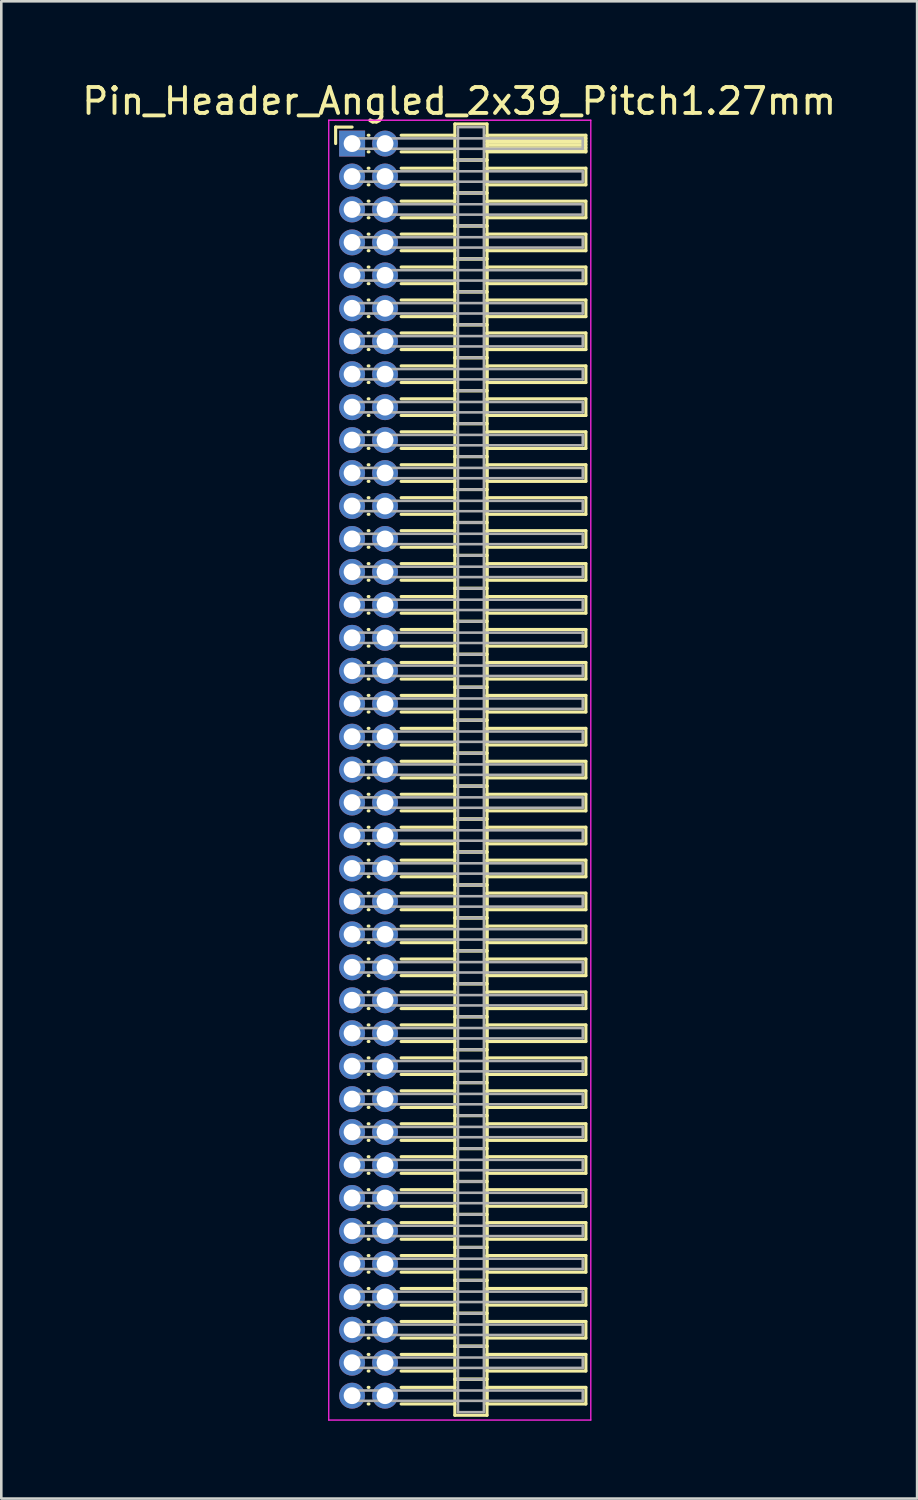
<source format=kicad_pcb>
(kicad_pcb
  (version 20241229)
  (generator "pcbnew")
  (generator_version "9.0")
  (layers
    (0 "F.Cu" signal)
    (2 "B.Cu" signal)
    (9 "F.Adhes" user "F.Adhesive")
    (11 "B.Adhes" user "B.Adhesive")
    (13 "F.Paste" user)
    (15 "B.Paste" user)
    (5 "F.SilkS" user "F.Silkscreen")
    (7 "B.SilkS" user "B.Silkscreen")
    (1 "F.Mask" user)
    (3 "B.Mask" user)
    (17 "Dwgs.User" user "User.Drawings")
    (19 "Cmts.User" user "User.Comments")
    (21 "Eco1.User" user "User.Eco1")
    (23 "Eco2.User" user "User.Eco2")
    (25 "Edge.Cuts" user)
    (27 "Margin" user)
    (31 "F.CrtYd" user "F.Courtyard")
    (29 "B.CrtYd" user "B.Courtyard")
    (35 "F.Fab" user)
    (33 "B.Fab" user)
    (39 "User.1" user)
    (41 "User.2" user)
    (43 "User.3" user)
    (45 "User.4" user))
  (footprint "Pin_Header_Angled_2x39_Pitch1.27mm"
    (layer "F.Cu")
    (at 10.521 2.483)
    (property "Reference" "Pin_Header_Angled_2x39_Pitch1.27mm" (at 4.128 -1.635 0) (layer "F.SilkS") (effects (font (size 1 1) (thickness 0.15))))
    (attr through_hole)
    (fp_line (start -0.635 -0.635) (end 0 -0.635) (stroke (width 0.12) (type solid)) (layer "F.SilkS"))
    (fp_line (start -0.635 0) (end -0.635 -0.635) (stroke (width 0.12) (type solid)) (layer "F.SilkS"))
    (fp_line (start 0.62 -0.32) (end 0.65 -0.32) (stroke (width 0.12) (type solid)) (layer "F.SilkS"))
    (fp_line (start 0.62 0.32) (end 0.65 0.32) (stroke (width 0.12) (type solid)) (layer "F.SilkS"))
    (fp_line (start 0.62 0.95) (end 0.65 0.95) (stroke (width 0.12) (type solid)) (layer "F.SilkS"))
    (fp_line (start 0.62 1.59) (end 0.65 1.59) (stroke (width 0.12) (type solid)) (layer "F.SilkS"))
    (fp_line (start 0.62 2.22) (end 0.65 2.22) (stroke (width 0.12) (type solid)) (layer "F.SilkS"))
    (fp_line (start 0.62 2.86) (end 0.65 2.86) (stroke (width 0.12) (type solid)) (layer "F.SilkS"))
    (fp_line (start 0.62 3.49) (end 0.65 3.49) (stroke (width 0.12) (type solid)) (layer "F.SilkS"))
    (fp_line (start 0.62 4.13) (end 0.65 4.13) (stroke (width 0.12) (type solid)) (layer "F.SilkS"))
    (fp_line (start 0.62 4.76) (end 0.65 4.76) (stroke (width 0.12) (type solid)) (layer "F.SilkS"))
    (fp_line (start 0.62 5.4) (end 0.65 5.4) (stroke (width 0.12) (type solid)) (layer "F.SilkS"))
    (fp_line (start 0.62 6.03) (end 0.65 6.03) (stroke (width 0.12) (type solid)) (layer "F.SilkS"))
    (fp_line (start 0.62 6.67) (end 0.65 6.67) (stroke (width 0.12) (type solid)) (layer "F.SilkS"))
    (fp_line (start 0.62 7.3) (end 0.65 7.3) (stroke (width 0.12) (type solid)) (layer "F.SilkS"))
    (fp_line (start 0.62 7.94) (end 0.65 7.94) (stroke (width 0.12) (type solid)) (layer "F.SilkS"))
    (fp_line (start 0.62 8.57) (end 0.65 8.57) (stroke (width 0.12) (type solid)) (layer "F.SilkS"))
    (fp_line (start 0.62 9.21) (end 0.65 9.21) (stroke (width 0.12) (type solid)) (layer "F.SilkS"))
    (fp_line (start 0.62 9.84) (end 0.65 9.84) (stroke (width 0.12) (type solid)) (layer "F.SilkS"))
    (fp_line (start 0.62 10.48) (end 0.65 10.48) (stroke (width 0.12) (type solid)) (layer "F.SilkS"))
    (fp_line (start 0.62 11.11) (end 0.65 11.11) (stroke (width 0.12) (type solid)) (layer "F.SilkS"))
    (fp_line (start 0.62 11.75) (end 0.65 11.75) (stroke (width 0.12) (type solid)) (layer "F.SilkS"))
    (fp_line (start 0.62 12.38) (end 0.65 12.38) (stroke (width 0.12) (type solid)) (layer "F.SilkS"))
    (fp_line (start 0.62 13.02) (end 0.65 13.02) (stroke (width 0.12) (type solid)) (layer "F.SilkS"))
    (fp_line (start 0.62 13.65) (end 0.65 13.65) (stroke (width 0.12) (type solid)) (layer "F.SilkS"))
    (fp_line (start 0.62 14.29) (end 0.65 14.29) (stroke (width 0.12) (type solid)) (layer "F.SilkS"))
    (fp_line (start 0.62 14.92) (end 0.65 14.92) (stroke (width 0.12) (type solid)) (layer "F.SilkS"))
    (fp_line (start 0.62 15.56) (end 0.65 15.56) (stroke (width 0.12) (type solid)) (layer "F.SilkS"))
    (fp_line (start 0.62 16.19) (end 0.65 16.19) (stroke (width 0.12) (type solid)) (layer "F.SilkS"))
    (fp_line (start 0.62 16.83) (end 0.65 16.83) (stroke (width 0.12) (type solid)) (layer "F.SilkS"))
    (fp_line (start 0.62 17.46) (end 0.65 17.46) (stroke (width 0.12) (type solid)) (layer "F.SilkS"))
    (fp_line (start 0.62 18.1) (end 0.65 18.1) (stroke (width 0.12) (type solid)) (layer "F.SilkS"))
    (fp_line (start 0.62 18.73) (end 0.65 18.73) (stroke (width 0.12) (type solid)) (layer "F.SilkS"))
    (fp_line (start 0.62 19.37) (end 0.65 19.37) (stroke (width 0.12) (type solid)) (layer "F.SilkS"))
    (fp_line (start 0.62 20) (end 0.65 20) (stroke (width 0.12) (type solid)) (layer "F.SilkS"))
    (fp_line (start 0.62 20.64) (end 0.65 20.64) (stroke (width 0.12) (type solid)) (layer "F.SilkS"))
    (fp_line (start 0.62 21.27) (end 0.65 21.27) (stroke (width 0.12) (type solid)) (layer "F.SilkS"))
    (fp_line (start 0.62 21.91) (end 0.65 21.91) (stroke (width 0.12) (type solid)) (layer "F.SilkS"))
    (fp_line (start 0.62 22.54) (end 0.65 22.54) (stroke (width 0.12) (type solid)) (layer "F.SilkS"))
    (fp_line (start 0.62 23.18) (end 0.65 23.18) (stroke (width 0.12) (type solid)) (layer "F.SilkS"))
    (fp_line (start 0.62 23.81) (end 0.65 23.81) (stroke (width 0.12) (type solid)) (layer "F.SilkS"))
    (fp_line (start 0.62 24.45) (end 0.65 24.45) (stroke (width 0.12) (type solid)) (layer "F.SilkS"))
    (fp_line (start 0.62 25.08) (end 0.65 25.08) (stroke (width 0.12) (type solid)) (layer "F.SilkS"))
    (fp_line (start 0.62 25.72) (end 0.65 25.72) (stroke (width 0.12) (type solid)) (layer "F.SilkS"))
    (fp_line (start 0.62 26.35) (end 0.65 26.35) (stroke (width 0.12) (type solid)) (layer "F.SilkS"))
    (fp_line (start 0.62 26.99) (end 0.65 26.99) (stroke (width 0.12) (type solid)) (layer "F.SilkS"))
    (fp_line (start 0.62 27.62) (end 0.65 27.62) (stroke (width 0.12) (type solid)) (layer "F.SilkS"))
    (fp_line (start 0.62 28.26) (end 0.65 28.26) (stroke (width 0.12) (type solid)) (layer "F.SilkS"))
    (fp_line (start 0.62 28.89) (end 0.65 28.89) (stroke (width 0.12) (type solid)) (layer "F.SilkS"))
    (fp_line (start 0.62 29.53) (end 0.65 29.53) (stroke (width 0.12) (type solid)) (layer "F.SilkS"))
    (fp_line (start 0.62 30.16) (end 0.65 30.16) (stroke (width 0.12) (type solid)) (layer "F.SilkS"))
    (fp_line (start 0.62 30.8) (end 0.65 30.8) (stroke (width 0.12) (type solid)) (layer "F.SilkS"))
    (fp_line (start 0.62 31.43) (end 0.65 31.43) (stroke (width 0.12) (type solid)) (layer "F.SilkS"))
    (fp_line (start 0.62 32.07) (end 0.65 32.07) (stroke (width 0.12) (type solid)) (layer "F.SilkS"))
    (fp_line (start 0.62 32.7) (end 0.65 32.7) (stroke (width 0.12) (type solid)) (layer "F.SilkS"))
    (fp_line (start 0.62 33.34) (end 0.65 33.34) (stroke (width 0.12) (type solid)) (layer "F.SilkS"))
    (fp_line (start 0.62 33.97) (end 0.65 33.97) (stroke (width 0.12) (type solid)) (layer "F.SilkS"))
    (fp_line (start 0.62 34.61) (end 0.65 34.61) (stroke (width 0.12) (type solid)) (layer "F.SilkS"))
    (fp_line (start 0.62 35.24) (end 0.65 35.24) (stroke (width 0.12) (type solid)) (layer "F.SilkS"))
    (fp_line (start 0.62 35.88) (end 0.65 35.88) (stroke (width 0.12) (type solid)) (layer "F.SilkS"))
    (fp_line (start 0.62 36.51) (end 0.65 36.51) (stroke (width 0.12) (type solid)) (layer "F.SilkS"))
    (fp_line (start 0.62 37.15) (end 0.65 37.15) (stroke (width 0.12) (type solid)) (layer "F.SilkS"))
    (fp_line (start 0.62 37.78) (end 0.65 37.78) (stroke (width 0.12) (type solid)) (layer "F.SilkS"))
    (fp_line (start 0.62 38.42) (end 0.65 38.42) (stroke (width 0.12) (type solid)) (layer "F.SilkS"))
    (fp_line (start 0.62 39.05) (end 0.65 39.05) (stroke (width 0.12) (type solid)) (layer "F.SilkS"))
    (fp_line (start 0.62 39.69) (end 0.65 39.69) (stroke (width 0.12) (type solid)) (layer "F.SilkS"))
    (fp_line (start 0.62 40.32) (end 0.65 40.32) (stroke (width 0.12) (type solid)) (layer "F.SilkS"))
    (fp_line (start 0.62 40.96) (end 0.65 40.96) (stroke (width 0.12) (type solid)) (layer "F.SilkS"))
    (fp_line (start 0.62 41.59) (end 0.65 41.59) (stroke (width 0.12) (type solid)) (layer "F.SilkS"))
    (fp_line (start 0.62 42.23) (end 0.65 42.23) (stroke (width 0.12) (type solid)) (layer "F.SilkS"))
    (fp_line (start 0.62 42.86) (end 0.65 42.86) (stroke (width 0.12) (type solid)) (layer "F.SilkS"))
    (fp_line (start 0.62 43.5) (end 0.65 43.5) (stroke (width 0.12) (type solid)) (layer "F.SilkS"))
    (fp_line (start 0.62 44.13) (end 0.65 44.13) (stroke (width 0.12) (type solid)) (layer "F.SilkS"))
    (fp_line (start 0.62 44.77) (end 0.65 44.77) (stroke (width 0.12) (type solid)) (layer "F.SilkS"))
    (fp_line (start 0.62 45.4) (end 0.65 45.4) (stroke (width 0.12) (type solid)) (layer "F.SilkS"))
    (fp_line (start 0.62 46.04) (end 0.65 46.04) (stroke (width 0.12) (type solid)) (layer "F.SilkS"))
    (fp_line (start 0.62 46.67) (end 0.65 46.67) (stroke (width 0.12) (type solid)) (layer "F.SilkS"))
    (fp_line (start 0.62 47.31) (end 0.65 47.31) (stroke (width 0.12) (type solid)) (layer "F.SilkS"))
    (fp_line (start 0.62 47.94) (end 0.65 47.94) (stroke (width 0.12) (type solid)) (layer "F.SilkS"))
    (fp_line (start 0.62 48.58) (end 0.65 48.58) (stroke (width 0.12) (type solid)) (layer "F.SilkS"))
    (fp_line (start 1.89 -0.32) (end 3.96 -0.32) (stroke (width 0.12) (type solid)) (layer "F.SilkS"))
    (fp_line (start 1.89 0.32) (end 3.96 0.32) (stroke (width 0.12) (type solid)) (layer "F.SilkS"))
    (fp_line (start 1.89 0.95) (end 3.96 0.95) (stroke (width 0.12) (type solid)) (layer "F.SilkS"))
    (fp_line (start 1.89 1.59) (end 3.96 1.59) (stroke (width 0.12) (type solid)) (layer "F.SilkS"))
    (fp_line (start 1.89 2.22) (end 3.96 2.22) (stroke (width 0.12) (type solid)) (layer "F.SilkS"))
    (fp_line (start 1.89 2.86) (end 3.96 2.86) (stroke (width 0.12) (type solid)) (layer "F.SilkS"))
    (fp_line (start 1.89 3.49) (end 3.96 3.49) (stroke (width 0.12) (type solid)) (layer "F.SilkS"))
    (fp_line (start 1.89 4.13) (end 3.96 4.13) (stroke (width 0.12) (type solid)) (layer "F.SilkS"))
    (fp_line (start 1.89 4.76) (end 3.96 4.76) (stroke (width 0.12) (type solid)) (layer "F.SilkS"))
    (fp_line (start 1.89 5.4) (end 3.96 5.4) (stroke (width 0.12) (type solid)) (layer "F.SilkS"))
    (fp_line (start 1.89 6.03) (end 3.96 6.03) (stroke (width 0.12) (type solid)) (layer "F.SilkS"))
    (fp_line (start 1.89 6.67) (end 3.96 6.67) (stroke (width 0.12) (type solid)) (layer "F.SilkS"))
    (fp_line (start 1.89 7.3) (end 3.96 7.3) (stroke (width 0.12) (type solid)) (layer "F.SilkS"))
    (fp_line (start 1.89 7.94) (end 3.96 7.94) (stroke (width 0.12) (type solid)) (layer "F.SilkS"))
    (fp_line (start 1.89 8.57) (end 3.96 8.57) (stroke (width 0.12) (type solid)) (layer "F.SilkS"))
    (fp_line (start 1.89 9.21) (end 3.96 9.21) (stroke (width 0.12) (type solid)) (layer "F.SilkS"))
    (fp_line (start 1.89 9.84) (end 3.96 9.84) (stroke (width 0.12) (type solid)) (layer "F.SilkS"))
    (fp_line (start 1.89 10.48) (end 3.96 10.48) (stroke (width 0.12) (type solid)) (layer "F.SilkS"))
    (fp_line (start 1.89 11.11) (end 3.96 11.11) (stroke (width 0.12) (type solid)) (layer "F.SilkS"))
    (fp_line (start 1.89 11.75) (end 3.96 11.75) (stroke (width 0.12) (type solid)) (layer "F.SilkS"))
    (fp_line (start 1.89 12.38) (end 3.96 12.38) (stroke (width 0.12) (type solid)) (layer "F.SilkS"))
    (fp_line (start 1.89 13.02) (end 3.96 13.02) (stroke (width 0.12) (type solid)) (layer "F.SilkS"))
    (fp_line (start 1.89 13.65) (end 3.96 13.65) (stroke (width 0.12) (type solid)) (layer "F.SilkS"))
    (fp_line (start 1.89 14.29) (end 3.96 14.29) (stroke (width 0.12) (type solid)) (layer "F.SilkS"))
    (fp_line (start 1.89 14.92) (end 3.96 14.92) (stroke (width 0.12) (type solid)) (layer "F.SilkS"))
    (fp_line (start 1.89 15.56) (end 3.96 15.56) (stroke (width 0.12) (type solid)) (layer "F.SilkS"))
    (fp_line (start 1.89 16.19) (end 3.96 16.19) (stroke (width 0.12) (type solid)) (layer "F.SilkS"))
    (fp_line (start 1.89 16.83) (end 3.96 16.83) (stroke (width 0.12) (type solid)) (layer "F.SilkS"))
    (fp_line (start 1.89 17.46) (end 3.96 17.46) (stroke (width 0.12) (type solid)) (layer "F.SilkS"))
    (fp_line (start 1.89 18.1) (end 3.96 18.1) (stroke (width 0.12) (type solid)) (layer "F.SilkS"))
    (fp_line (start 1.89 18.73) (end 3.96 18.73) (stroke (width 0.12) (type solid)) (layer "F.SilkS"))
    (fp_line (start 1.89 19.37) (end 3.96 19.37) (stroke (width 0.12) (type solid)) (layer "F.SilkS"))
    (fp_line (start 1.89 20) (end 3.96 20) (stroke (width 0.12) (type solid)) (layer "F.SilkS"))
    (fp_line (start 1.89 20.64) (end 3.96 20.64) (stroke (width 0.12) (type solid)) (layer "F.SilkS"))
    (fp_line (start 1.89 21.27) (end 3.96 21.27) (stroke (width 0.12) (type solid)) (layer "F.SilkS"))
    (fp_line (start 1.89 21.91) (end 3.96 21.91) (stroke (width 0.12) (type solid)) (layer "F.SilkS"))
    (fp_line (start 1.89 22.54) (end 3.96 22.54) (stroke (width 0.12) (type solid)) (layer "F.SilkS"))
    (fp_line (start 1.89 23.18) (end 3.96 23.18) (stroke (width 0.12) (type solid)) (layer "F.SilkS"))
    (fp_line (start 1.89 23.81) (end 3.96 23.81) (stroke (width 0.12) (type solid)) (layer "F.SilkS"))
    (fp_line (start 1.89 24.45) (end 3.96 24.45) (stroke (width 0.12) (type solid)) (layer "F.SilkS"))
    (fp_line (start 1.89 25.08) (end 3.96 25.08) (stroke (width 0.12) (type solid)) (layer "F.SilkS"))
    (fp_line (start 1.89 25.72) (end 3.96 25.72) (stroke (width 0.12) (type solid)) (layer "F.SilkS"))
    (fp_line (start 1.89 26.35) (end 3.96 26.35) (stroke (width 0.12) (type solid)) (layer "F.SilkS"))
    (fp_line (start 1.89 26.99) (end 3.96 26.99) (stroke (width 0.12) (type solid)) (layer "F.SilkS"))
    (fp_line (start 1.89 27.62) (end 3.96 27.62) (stroke (width 0.12) (type solid)) (layer "F.SilkS"))
    (fp_line (start 1.89 28.26) (end 3.96 28.26) (stroke (width 0.12) (type solid)) (layer "F.SilkS"))
    (fp_line (start 1.89 28.89) (end 3.96 28.89) (stroke (width 0.12) (type solid)) (layer "F.SilkS"))
    (fp_line (start 1.89 29.53) (end 3.96 29.53) (stroke (width 0.12) (type solid)) (layer "F.SilkS"))
    (fp_line (start 1.89 30.16) (end 3.96 30.16) (stroke (width 0.12) (type solid)) (layer "F.SilkS"))
    (fp_line (start 1.89 30.8) (end 3.96 30.8) (stroke (width 0.12) (type solid)) (layer "F.SilkS"))
    (fp_line (start 1.89 31.43) (end 3.96 31.43) (stroke (width 0.12) (type solid)) (layer "F.SilkS"))
    (fp_line (start 1.89 32.07) (end 3.96 32.07) (stroke (width 0.12) (type solid)) (layer "F.SilkS"))
    (fp_line (start 1.89 32.7) (end 3.96 32.7) (stroke (width 0.12) (type solid)) (layer "F.SilkS"))
    (fp_line (start 1.89 33.34) (end 3.96 33.34) (stroke (width 0.12) (type solid)) (layer "F.SilkS"))
    (fp_line (start 1.89 33.97) (end 3.96 33.97) (stroke (width 0.12) (type solid)) (layer "F.SilkS"))
    (fp_line (start 1.89 34.61) (end 3.96 34.61) (stroke (width 0.12) (type solid)) (layer "F.SilkS"))
    (fp_line (start 1.89 35.24) (end 3.96 35.24) (stroke (width 0.12) (type solid)) (layer "F.SilkS"))
    (fp_line (start 1.89 35.88) (end 3.96 35.88) (stroke (width 0.12) (type solid)) (layer "F.SilkS"))
    (fp_line (start 1.89 36.51) (end 3.96 36.51) (stroke (width 0.12) (type solid)) (layer "F.SilkS"))
    (fp_line (start 1.89 37.15) (end 3.96 37.15) (stroke (width 0.12) (type solid)) (layer "F.SilkS"))
    (fp_line (start 1.89 37.78) (end 3.96 37.78) (stroke (width 0.12) (type solid)) (layer "F.SilkS"))
    (fp_line (start 1.89 38.42) (end 3.96 38.42) (stroke (width 0.12) (type solid)) (layer "F.SilkS"))
    (fp_line (start 1.89 39.05) (end 3.96 39.05) (stroke (width 0.12) (type solid)) (layer "F.SilkS"))
    (fp_line (start 1.89 39.69) (end 3.96 39.69) (stroke (width 0.12) (type solid)) (layer "F.SilkS"))
    (fp_line (start 1.89 40.32) (end 3.96 40.32) (stroke (width 0.12) (type solid)) (layer "F.SilkS"))
    (fp_line (start 1.89 40.96) (end 3.96 40.96) (stroke (width 0.12) (type solid)) (layer "F.SilkS"))
    (fp_line (start 1.89 41.59) (end 3.96 41.59) (stroke (width 0.12) (type solid)) (layer "F.SilkS"))
    (fp_line (start 1.89 42.23) (end 3.96 42.23) (stroke (width 0.12) (type solid)) (layer "F.SilkS"))
    (fp_line (start 1.89 42.86) (end 3.96 42.86) (stroke (width 0.12) (type solid)) (layer "F.SilkS"))
    (fp_line (start 1.89 43.5) (end 3.96 43.5) (stroke (width 0.12) (type solid)) (layer "F.SilkS"))
    (fp_line (start 1.89 44.13) (end 3.96 44.13) (stroke (width 0.12) (type solid)) (layer "F.SilkS"))
    (fp_line (start 1.89 44.77) (end 3.96 44.77) (stroke (width 0.12) (type solid)) (layer "F.SilkS"))
    (fp_line (start 1.89 45.4) (end 3.96 45.4) (stroke (width 0.12) (type solid)) (layer "F.SilkS"))
    (fp_line (start 1.89 46.04) (end 3.96 46.04) (stroke (width 0.12) (type solid)) (layer "F.SilkS"))
    (fp_line (start 1.89 46.67) (end 3.96 46.67) (stroke (width 0.12) (type solid)) (layer "F.SilkS"))
    (fp_line (start 1.89 47.31) (end 3.96 47.31) (stroke (width 0.12) (type solid)) (layer "F.SilkS"))
    (fp_line (start 1.89 47.94) (end 3.96 47.94) (stroke (width 0.12) (type solid)) (layer "F.SilkS"))
    (fp_line (start 1.89 48.58) (end 3.96 48.58) (stroke (width 0.12) (type solid)) (layer "F.SilkS"))
    (fp_line (start 3.96 -0.755) (end 3.96 0.635) (stroke (width 0.12) (type solid)) (layer "F.SilkS"))
    (fp_line (start 3.96 0.635) (end 3.96 1.905) (stroke (width 0.12) (type solid)) (layer "F.SilkS"))
    (fp_line (start 3.96 0.635) (end 5.2 0.635) (stroke (width 0.12) (type solid)) (layer "F.SilkS"))
    (fp_line (start 3.96 1.905) (end 3.96 3.175) (stroke (width 0.12) (type solid)) (layer "F.SilkS"))
    (fp_line (start 3.96 1.905) (end 5.2 1.905) (stroke (width 0.12) (type solid)) (layer "F.SilkS"))
    (fp_line (start 3.96 3.175) (end 3.96 4.445) (stroke (width 0.12) (type solid)) (layer "F.SilkS"))
    (fp_line (start 3.96 3.175) (end 5.2 3.175) (stroke (width 0.12) (type solid)) (layer "F.SilkS"))
    (fp_line (start 3.96 4.445) (end 3.96 5.715) (stroke (width 0.12) (type solid)) (layer "F.SilkS"))
    (fp_line (start 3.96 4.445) (end 5.2 4.445) (stroke (width 0.12) (type solid)) (layer "F.SilkS"))
    (fp_line (start 3.96 5.715) (end 3.96 6.985) (stroke (width 0.12) (type solid)) (layer "F.SilkS"))
    (fp_line (start 3.96 5.715) (end 5.2 5.715) (stroke (width 0.12) (type solid)) (layer "F.SilkS"))
    (fp_line (start 3.96 6.985) (end 3.96 8.255) (stroke (width 0.12) (type solid)) (layer "F.SilkS"))
    (fp_line (start 3.96 6.985) (end 5.2 6.985) (stroke (width 0.12) (type solid)) (layer "F.SilkS"))
    (fp_line (start 3.96 8.255) (end 3.96 9.525) (stroke (width 0.12) (type solid)) (layer "F.SilkS"))
    (fp_line (start 3.96 8.255) (end 5.2 8.255) (stroke (width 0.12) (type solid)) (layer "F.SilkS"))
    (fp_line (start 3.96 9.525) (end 3.96 10.795) (stroke (width 0.12) (type solid)) (layer "F.SilkS"))
    (fp_line (start 3.96 9.525) (end 5.2 9.525) (stroke (width 0.12) (type solid)) (layer "F.SilkS"))
    (fp_line (start 3.96 10.795) (end 3.96 12.065) (stroke (width 0.12) (type solid)) (layer "F.SilkS"))
    (fp_line (start 3.96 10.795) (end 5.2 10.795) (stroke (width 0.12) (type solid)) (layer "F.SilkS"))
    (fp_line (start 3.96 12.065) (end 3.96 13.335) (stroke (width 0.12) (type solid)) (layer "F.SilkS"))
    (fp_line (start 3.96 12.065) (end 5.2 12.065) (stroke (width 0.12) (type solid)) (layer "F.SilkS"))
    (fp_line (start 3.96 13.335) (end 3.96 14.605) (stroke (width 0.12) (type solid)) (layer "F.SilkS"))
    (fp_line (start 3.96 13.335) (end 5.2 13.335) (stroke (width 0.12) (type solid)) (layer "F.SilkS"))
    (fp_line (start 3.96 14.605) (end 3.96 15.875) (stroke (width 0.12) (type solid)) (layer "F.SilkS"))
    (fp_line (start 3.96 14.605) (end 5.2 14.605) (stroke (width 0.12) (type solid)) (layer "F.SilkS"))
    (fp_line (start 3.96 15.875) (end 3.96 17.145) (stroke (width 0.12) (type solid)) (layer "F.SilkS"))
    (fp_line (start 3.96 15.875) (end 5.2 15.875) (stroke (width 0.12) (type solid)) (layer "F.SilkS"))
    (fp_line (start 3.96 17.145) (end 3.96 18.415) (stroke (width 0.12) (type solid)) (layer "F.SilkS"))
    (fp_line (start 3.96 17.145) (end 5.2 17.145) (stroke (width 0.12) (type solid)) (layer "F.SilkS"))
    (fp_line (start 3.96 18.415) (end 3.96 19.685) (stroke (width 0.12) (type solid)) (layer "F.SilkS"))
    (fp_line (start 3.96 18.415) (end 5.2 18.415) (stroke (width 0.12) (type solid)) (layer "F.SilkS"))
    (fp_line (start 3.96 19.685) (end 3.96 20.955) (stroke (width 0.12) (type solid)) (layer "F.SilkS"))
    (fp_line (start 3.96 19.685) (end 5.2 19.685) (stroke (width 0.12) (type solid)) (layer "F.SilkS"))
    (fp_line (start 3.96 20.955) (end 3.96 22.225) (stroke (width 0.12) (type solid)) (layer "F.SilkS"))
    (fp_line (start 3.96 20.955) (end 5.2 20.955) (stroke (width 0.12) (type solid)) (layer "F.SilkS"))
    (fp_line (start 3.96 22.225) (end 3.96 23.495) (stroke (width 0.12) (type solid)) (layer "F.SilkS"))
    (fp_line (start 3.96 22.225) (end 5.2 22.225) (stroke (width 0.12) (type solid)) (layer "F.SilkS"))
    (fp_line (start 3.96 23.495) (end 3.96 24.765) (stroke (width 0.12) (type solid)) (layer "F.SilkS"))
    (fp_line (start 3.96 23.495) (end 5.2 23.495) (stroke (width 0.12) (type solid)) (layer "F.SilkS"))
    (fp_line (start 3.96 24.765) (end 3.96 26.035) (stroke (width 0.12) (type solid)) (layer "F.SilkS"))
    (fp_line (start 3.96 24.765) (end 5.2 24.765) (stroke (width 0.12) (type solid)) (layer "F.SilkS"))
    (fp_line (start 3.96 26.035) (end 3.96 27.305) (stroke (width 0.12) (type solid)) (layer "F.SilkS"))
    (fp_line (start 3.96 26.035) (end 5.2 26.035) (stroke (width 0.12) (type solid)) (layer "F.SilkS"))
    (fp_line (start 3.96 27.305) (end 3.96 28.575) (stroke (width 0.12) (type solid)) (layer "F.SilkS"))
    (fp_line (start 3.96 27.305) (end 5.2 27.305) (stroke (width 0.12) (type solid)) (layer "F.SilkS"))
    (fp_line (start 3.96 28.575) (end 3.96 29.845) (stroke (width 0.12) (type solid)) (layer "F.SilkS"))
    (fp_line (start 3.96 28.575) (end 5.2 28.575) (stroke (width 0.12) (type solid)) (layer "F.SilkS"))
    (fp_line (start 3.96 29.845) (end 3.96 31.115) (stroke (width 0.12) (type solid)) (layer "F.SilkS"))
    (fp_line (start 3.96 29.845) (end 5.2 29.845) (stroke (width 0.12) (type solid)) (layer "F.SilkS"))
    (fp_line (start 3.96 31.115) (end 3.96 32.385) (stroke (width 0.12) (type solid)) (layer "F.SilkS"))
    (fp_line (start 3.96 31.115) (end 5.2 31.115) (stroke (width 0.12) (type solid)) (layer "F.SilkS"))
    (fp_line (start 3.96 32.385) (end 3.96 33.655) (stroke (width 0.12) (type solid)) (layer "F.SilkS"))
    (fp_line (start 3.96 32.385) (end 5.2 32.385) (stroke (width 0.12) (type solid)) (layer "F.SilkS"))
    (fp_line (start 3.96 33.655) (end 3.96 34.925) (stroke (width 0.12) (type solid)) (layer "F.SilkS"))
    (fp_line (start 3.96 33.655) (end 5.2 33.655) (stroke (width 0.12) (type solid)) (layer "F.SilkS"))
    (fp_line (start 3.96 34.925) (end 3.96 36.195) (stroke (width 0.12) (type solid)) (layer "F.SilkS"))
    (fp_line (start 3.96 34.925) (end 5.2 34.925) (stroke (width 0.12) (type solid)) (layer "F.SilkS"))
    (fp_line (start 3.96 36.195) (end 3.96 37.465) (stroke (width 0.12) (type solid)) (layer "F.SilkS"))
    (fp_line (start 3.96 36.195) (end 5.2 36.195) (stroke (width 0.12) (type solid)) (layer "F.SilkS"))
    (fp_line (start 3.96 37.465) (end 3.96 38.735) (stroke (width 0.12) (type solid)) (layer "F.SilkS"))
    (fp_line (start 3.96 37.465) (end 5.2 37.465) (stroke (width 0.12) (type solid)) (layer "F.SilkS"))
    (fp_line (start 3.96 38.735) (end 3.96 40.005) (stroke (width 0.12) (type solid)) (layer "F.SilkS"))
    (fp_line (start 3.96 38.735) (end 5.2 38.735) (stroke (width 0.12) (type solid)) (layer "F.SilkS"))
    (fp_line (start 3.96 40.005) (end 3.96 41.275) (stroke (width 0.12) (type solid)) (layer "F.SilkS"))
    (fp_line (start 3.96 40.005) (end 5.2 40.005) (stroke (width 0.12) (type solid)) (layer "F.SilkS"))
    (fp_line (start 3.96 41.275) (end 3.96 42.545) (stroke (width 0.12) (type solid)) (layer "F.SilkS"))
    (fp_line (start 3.96 41.275) (end 5.2 41.275) (stroke (width 0.12) (type solid)) (layer "F.SilkS"))
    (fp_line (start 3.96 42.545) (end 3.96 43.815) (stroke (width 0.12) (type solid)) (layer "F.SilkS"))
    (fp_line (start 3.96 42.545) (end 5.2 42.545) (stroke (width 0.12) (type solid)) (layer "F.SilkS"))
    (fp_line (start 3.96 43.815) (end 3.96 45.085) (stroke (width 0.12) (type solid)) (layer "F.SilkS"))
    (fp_line (start 3.96 43.815) (end 5.2 43.815) (stroke (width 0.12) (type solid)) (layer "F.SilkS"))
    (fp_line (start 3.96 45.085) (end 3.96 46.355) (stroke (width 0.12) (type solid)) (layer "F.SilkS"))
    (fp_line (start 3.96 45.085) (end 5.2 45.085) (stroke (width 0.12) (type solid)) (layer "F.SilkS"))
    (fp_line (start 3.96 46.355) (end 3.96 47.625) (stroke (width 0.12) (type solid)) (layer "F.SilkS"))
    (fp_line (start 3.96 46.355) (end 5.2 46.355) (stroke (width 0.12) (type solid)) (layer "F.SilkS"))
    (fp_line (start 3.96 47.625) (end 3.96 49.015) (stroke (width 0.12) (type solid)) (layer "F.SilkS"))
    (fp_line (start 3.96 47.625) (end 5.2 47.625) (stroke (width 0.12) (type solid)) (layer "F.SilkS"))
    (fp_line (start 3.96 49.015) (end 5.2 49.015) (stroke (width 0.12) (type solid)) (layer "F.SilkS"))
    (fp_line (start 5.2 -0.755) (end 3.96 -0.755) (stroke (width 0.12) (type solid)) (layer "F.SilkS"))
    (fp_line (start 5.2 -0.32) (end 5.2 0.32) (stroke (width 0.12) (type solid)) (layer "F.SilkS"))
    (fp_line (start 5.2 -0.2) (end 9.01 -0.2) (stroke (width 0.12) (type solid)) (layer "F.SilkS"))
    (fp_line (start 5.2 -0.08) (end 9.01 -0.08) (stroke (width 0.12) (type solid)) (layer "F.SilkS"))
    (fp_line (start 5.2 0.04) (end 9.01 0.04) (stroke (width 0.12) (type solid)) (layer "F.SilkS"))
    (fp_line (start 5.2 0.16) (end 9.01 0.16) (stroke (width 0.12) (type solid)) (layer "F.SilkS"))
    (fp_line (start 5.2 0.28) (end 9.01 0.28) (stroke (width 0.12) (type solid)) (layer "F.SilkS"))
    (fp_line (start 5.2 0.32) (end 9.01 0.32) (stroke (width 0.12) (type solid)) (layer "F.SilkS"))
    (fp_line (start 5.2 0.635) (end 3.96 0.635) (stroke (width 0.12) (type solid)) (layer "F.SilkS"))
    (fp_line (start 5.2 0.635) (end 5.2 -0.755) (stroke (width 0.12) (type solid)) (layer "F.SilkS"))
    (fp_line (start 5.2 0.95) (end 5.2 1.59) (stroke (width 0.12) (type solid)) (layer "F.SilkS"))
    (fp_line (start 5.2 1.59) (end 9.01 1.59) (stroke (width 0.12) (type solid)) (layer "F.SilkS"))
    (fp_line (start 5.2 1.905) (end 3.96 1.905) (stroke (width 0.12) (type solid)) (layer "F.SilkS"))
    (fp_line (start 5.2 1.905) (end 5.2 0.635) (stroke (width 0.12) (type solid)) (layer "F.SilkS"))
    (fp_line (start 5.2 2.22) (end 5.2 2.86) (stroke (width 0.12) (type solid)) (layer "F.SilkS"))
    (fp_line (start 5.2 2.86) (end 9.01 2.86) (stroke (width 0.12) (type solid)) (layer "F.SilkS"))
    (fp_line (start 5.2 3.175) (end 3.96 3.175) (stroke (width 0.12) (type solid)) (layer "F.SilkS"))
    (fp_line (start 5.2 3.175) (end 5.2 1.905) (stroke (width 0.12) (type solid)) (layer "F.SilkS"))
    (fp_line (start 5.2 3.49) (end 5.2 4.13) (stroke (width 0.12) (type solid)) (layer "F.SilkS"))
    (fp_line (start 5.2 4.13) (end 9.01 4.13) (stroke (width 0.12) (type solid)) (layer "F.SilkS"))
    (fp_line (start 5.2 4.445) (end 3.96 4.445) (stroke (width 0.12) (type solid)) (layer "F.SilkS"))
    (fp_line (start 5.2 4.445) (end 5.2 3.175) (stroke (width 0.12) (type solid)) (layer "F.SilkS"))
    (fp_line (start 5.2 4.76) (end 5.2 5.4) (stroke (width 0.12) (type solid)) (layer "F.SilkS"))
    (fp_line (start 5.2 5.4) (end 9.01 5.4) (stroke (width 0.12) (type solid)) (layer "F.SilkS"))
    (fp_line (start 5.2 5.715) (end 3.96 5.715) (stroke (width 0.12) (type solid)) (layer "F.SilkS"))
    (fp_line (start 5.2 5.715) (end 5.2 4.445) (stroke (width 0.12) (type solid)) (layer "F.SilkS"))
    (fp_line (start 5.2 6.03) (end 5.2 6.67) (stroke (width 0.12) (type solid)) (layer "F.SilkS"))
    (fp_line (start 5.2 6.67) (end 9.01 6.67) (stroke (width 0.12) (type solid)) (layer "F.SilkS"))
    (fp_line (start 5.2 6.985) (end 3.96 6.985) (stroke (width 0.12) (type solid)) (layer "F.SilkS"))
    (fp_line (start 5.2 6.985) (end 5.2 5.715) (stroke (width 0.12) (type solid)) (layer "F.SilkS"))
    (fp_line (start 5.2 7.3) (end 5.2 7.94) (stroke (width 0.12) (type solid)) (layer "F.SilkS"))
    (fp_line (start 5.2 7.94) (end 9.01 7.94) (stroke (width 0.12) (type solid)) (layer "F.SilkS"))
    (fp_line (start 5.2 8.255) (end 3.96 8.255) (stroke (width 0.12) (type solid)) (layer "F.SilkS"))
    (fp_line (start 5.2 8.255) (end 5.2 6.985) (stroke (width 0.12) (type solid)) (layer "F.SilkS"))
    (fp_line (start 5.2 8.57) (end 5.2 9.21) (stroke (width 0.12) (type solid)) (layer "F.SilkS"))
    (fp_line (start 5.2 9.21) (end 9.01 9.21) (stroke (width 0.12) (type solid)) (layer "F.SilkS"))
    (fp_line (start 5.2 9.525) (end 3.96 9.525) (stroke (width 0.12) (type solid)) (layer "F.SilkS"))
    (fp_line (start 5.2 9.525) (end 5.2 8.255) (stroke (width 0.12) (type solid)) (layer "F.SilkS"))
    (fp_line (start 5.2 9.84) (end 5.2 10.48) (stroke (width 0.12) (type solid)) (layer "F.SilkS"))
    (fp_line (start 5.2 10.48) (end 9.01 10.48) (stroke (width 0.12) (type solid)) (layer "F.SilkS"))
    (fp_line (start 5.2 10.795) (end 3.96 10.795) (stroke (width 0.12) (type solid)) (layer "F.SilkS"))
    (fp_line (start 5.2 10.795) (end 5.2 9.525) (stroke (width 0.12) (type solid)) (layer "F.SilkS"))
    (fp_line (start 5.2 11.11) (end 5.2 11.75) (stroke (width 0.12) (type solid)) (layer "F.SilkS"))
    (fp_line (start 5.2 11.75) (end 9.01 11.75) (stroke (width 0.12) (type solid)) (layer "F.SilkS"))
    (fp_line (start 5.2 12.065) (end 3.96 12.065) (stroke (width 0.12) (type solid)) (layer "F.SilkS"))
    (fp_line (start 5.2 12.065) (end 5.2 10.795) (stroke (width 0.12) (type solid)) (layer "F.SilkS"))
    (fp_line (start 5.2 12.38) (end 5.2 13.02) (stroke (width 0.12) (type solid)) (layer "F.SilkS"))
    (fp_line (start 5.2 13.02) (end 9.01 13.02) (stroke (width 0.12) (type solid)) (layer "F.SilkS"))
    (fp_line (start 5.2 13.335) (end 3.96 13.335) (stroke (width 0.12) (type solid)) (layer "F.SilkS"))
    (fp_line (start 5.2 13.335) (end 5.2 12.065) (stroke (width 0.12) (type solid)) (layer "F.SilkS"))
    (fp_line (start 5.2 13.65) (end 5.2 14.29) (stroke (width 0.12) (type solid)) (layer "F.SilkS"))
    (fp_line (start 5.2 14.29) (end 9.01 14.29) (stroke (width 0.12) (type solid)) (layer "F.SilkS"))
    (fp_line (start 5.2 14.605) (end 3.96 14.605) (stroke (width 0.12) (type solid)) (layer "F.SilkS"))
    (fp_line (start 5.2 14.605) (end 5.2 13.335) (stroke (width 0.12) (type solid)) (layer "F.SilkS"))
    (fp_line (start 5.2 14.92) (end 5.2 15.56) (stroke (width 0.12) (type solid)) (layer "F.SilkS"))
    (fp_line (start 5.2 15.56) (end 9.01 15.56) (stroke (width 0.12) (type solid)) (layer "F.SilkS"))
    (fp_line (start 5.2 15.875) (end 3.96 15.875) (stroke (width 0.12) (type solid)) (layer "F.SilkS"))
    (fp_line (start 5.2 15.875) (end 5.2 14.605) (stroke (width 0.12) (type solid)) (layer "F.SilkS"))
    (fp_line (start 5.2 16.19) (end 5.2 16.83) (stroke (width 0.12) (type solid)) (layer "F.SilkS"))
    (fp_line (start 5.2 16.83) (end 9.01 16.83) (stroke (width 0.12) (type solid)) (layer "F.SilkS"))
    (fp_line (start 5.2 17.145) (end 3.96 17.145) (stroke (width 0.12) (type solid)) (layer "F.SilkS"))
    (fp_line (start 5.2 17.145) (end 5.2 15.875) (stroke (width 0.12) (type solid)) (layer "F.SilkS"))
    (fp_line (start 5.2 17.46) (end 5.2 18.1) (stroke (width 0.12) (type solid)) (layer "F.SilkS"))
    (fp_line (start 5.2 18.1) (end 9.01 18.1) (stroke (width 0.12) (type solid)) (layer "F.SilkS"))
    (fp_line (start 5.2 18.415) (end 3.96 18.415) (stroke (width 0.12) (type solid)) (layer "F.SilkS"))
    (fp_line (start 5.2 18.415) (end 5.2 17.145) (stroke (width 0.12) (type solid)) (layer "F.SilkS"))
    (fp_line (start 5.2 18.73) (end 5.2 19.37) (stroke (width 0.12) (type solid)) (layer "F.SilkS"))
    (fp_line (start 5.2 19.37) (end 9.01 19.37) (stroke (width 0.12) (type solid)) (layer "F.SilkS"))
    (fp_line (start 5.2 19.685) (end 3.96 19.685) (stroke (width 0.12) (type solid)) (layer "F.SilkS"))
    (fp_line (start 5.2 19.685) (end 5.2 18.415) (stroke (width 0.12) (type solid)) (layer "F.SilkS"))
    (fp_line (start 5.2 20) (end 5.2 20.64) (stroke (width 0.12) (type solid)) (layer "F.SilkS"))
    (fp_line (start 5.2 20.64) (end 9.01 20.64) (stroke (width 0.12) (type solid)) (layer "F.SilkS"))
    (fp_line (start 5.2 20.955) (end 3.96 20.955) (stroke (width 0.12) (type solid)) (layer "F.SilkS"))
    (fp_line (start 5.2 20.955) (end 5.2 19.685) (stroke (width 0.12) (type solid)) (layer "F.SilkS"))
    (fp_line (start 5.2 21.27) (end 5.2 21.91) (stroke (width 0.12) (type solid)) (layer "F.SilkS"))
    (fp_line (start 5.2 21.91) (end 9.01 21.91) (stroke (width 0.12) (type solid)) (layer "F.SilkS"))
    (fp_line (start 5.2 22.225) (end 3.96 22.225) (stroke (width 0.12) (type solid)) (layer "F.SilkS"))
    (fp_line (start 5.2 22.225) (end 5.2 20.955) (stroke (width 0.12) (type solid)) (layer "F.SilkS"))
    (fp_line (start 5.2 22.54) (end 5.2 23.18) (stroke (width 0.12) (type solid)) (layer "F.SilkS"))
    (fp_line (start 5.2 23.18) (end 9.01 23.18) (stroke (width 0.12) (type solid)) (layer "F.SilkS"))
    (fp_line (start 5.2 23.495) (end 3.96 23.495) (stroke (width 0.12) (type solid)) (layer "F.SilkS"))
    (fp_line (start 5.2 23.495) (end 5.2 22.225) (stroke (width 0.12) (type solid)) (layer "F.SilkS"))
    (fp_line (start 5.2 23.81) (end 5.2 24.45) (stroke (width 0.12) (type solid)) (layer "F.SilkS"))
    (fp_line (start 5.2 24.45) (end 9.01 24.45) (stroke (width 0.12) (type solid)) (layer "F.SilkS"))
    (fp_line (start 5.2 24.765) (end 3.96 24.765) (stroke (width 0.12) (type solid)) (layer "F.SilkS"))
    (fp_line (start 5.2 24.765) (end 5.2 23.495) (stroke (width 0.12) (type solid)) (layer "F.SilkS"))
    (fp_line (start 5.2 25.08) (end 5.2 25.72) (stroke (width 0.12) (type solid)) (layer "F.SilkS"))
    (fp_line (start 5.2 25.72) (end 9.01 25.72) (stroke (width 0.12) (type solid)) (layer "F.SilkS"))
    (fp_line (start 5.2 26.035) (end 3.96 26.035) (stroke (width 0.12) (type solid)) (layer "F.SilkS"))
    (fp_line (start 5.2 26.035) (end 5.2 24.765) (stroke (width 0.12) (type solid)) (layer "F.SilkS"))
    (fp_line (start 5.2 26.35) (end 5.2 26.99) (stroke (width 0.12) (type solid)) (layer "F.SilkS"))
    (fp_line (start 5.2 26.99) (end 9.01 26.99) (stroke (width 0.12) (type solid)) (layer "F.SilkS"))
    (fp_line (start 5.2 27.305) (end 3.96 27.305) (stroke (width 0.12) (type solid)) (layer "F.SilkS"))
    (fp_line (start 5.2 27.305) (end 5.2 26.035) (stroke (width 0.12) (type solid)) (layer "F.SilkS"))
    (fp_line (start 5.2 27.62) (end 5.2 28.26) (stroke (width 0.12) (type solid)) (layer "F.SilkS"))
    (fp_line (start 5.2 28.26) (end 9.01 28.26) (stroke (width 0.12) (type solid)) (layer "F.SilkS"))
    (fp_line (start 5.2 28.575) (end 3.96 28.575) (stroke (width 0.12) (type solid)) (layer "F.SilkS"))
    (fp_line (start 5.2 28.575) (end 5.2 27.305) (stroke (width 0.12) (type solid)) (layer "F.SilkS"))
    (fp_line (start 5.2 28.89) (end 5.2 29.53) (stroke (width 0.12) (type solid)) (layer "F.SilkS"))
    (fp_line (start 5.2 29.53) (end 9.01 29.53) (stroke (width 0.12) (type solid)) (layer "F.SilkS"))
    (fp_line (start 5.2 29.845) (end 3.96 29.845) (stroke (width 0.12) (type solid)) (layer "F.SilkS"))
    (fp_line (start 5.2 29.845) (end 5.2 28.575) (stroke (width 0.12) (type solid)) (layer "F.SilkS"))
    (fp_line (start 5.2 30.16) (end 5.2 30.8) (stroke (width 0.12) (type solid)) (layer "F.SilkS"))
    (fp_line (start 5.2 30.8) (end 9.01 30.8) (stroke (width 0.12) (type solid)) (layer "F.SilkS"))
    (fp_line (start 5.2 31.115) (end 3.96 31.115) (stroke (width 0.12) (type solid)) (layer "F.SilkS"))
    (fp_line (start 5.2 31.115) (end 5.2 29.845) (stroke (width 0.12) (type solid)) (layer "F.SilkS"))
    (fp_line (start 5.2 31.43) (end 5.2 32.07) (stroke (width 0.12) (type solid)) (layer "F.SilkS"))
    (fp_line (start 5.2 32.07) (end 9.01 32.07) (stroke (width 0.12) (type solid)) (layer "F.SilkS"))
    (fp_line (start 5.2 32.385) (end 3.96 32.385) (stroke (width 0.12) (type solid)) (layer "F.SilkS"))
    (fp_line (start 5.2 32.385) (end 5.2 31.115) (stroke (width 0.12) (type solid)) (layer "F.SilkS"))
    (fp_line (start 5.2 32.7) (end 5.2 33.34) (stroke (width 0.12) (type solid)) (layer "F.SilkS"))
    (fp_line (start 5.2 33.34) (end 9.01 33.34) (stroke (width 0.12) (type solid)) (layer "F.SilkS"))
    (fp_line (start 5.2 33.655) (end 3.96 33.655) (stroke (width 0.12) (type solid)) (layer "F.SilkS"))
    (fp_line (start 5.2 33.655) (end 5.2 32.385) (stroke (width 0.12) (type solid)) (layer "F.SilkS"))
    (fp_line (start 5.2 33.97) (end 5.2 34.61) (stroke (width 0.12) (type solid)) (layer "F.SilkS"))
    (fp_line (start 5.2 34.61) (end 9.01 34.61) (stroke (width 0.12) (type solid)) (layer "F.SilkS"))
    (fp_line (start 5.2 34.925) (end 3.96 34.925) (stroke (width 0.12) (type solid)) (layer "F.SilkS"))
    (fp_line (start 5.2 34.925) (end 5.2 33.655) (stroke (width 0.12) (type solid)) (layer "F.SilkS"))
    (fp_line (start 5.2 35.24) (end 5.2 35.88) (stroke (width 0.12) (type solid)) (layer "F.SilkS"))
    (fp_line (start 5.2 35.88) (end 9.01 35.88) (stroke (width 0.12) (type solid)) (layer "F.SilkS"))
    (fp_line (start 5.2 36.195) (end 3.96 36.195) (stroke (width 0.12) (type solid)) (layer "F.SilkS"))
    (fp_line (start 5.2 36.195) (end 5.2 34.925) (stroke (width 0.12) (type solid)) (layer "F.SilkS"))
    (fp_line (start 5.2 36.51) (end 5.2 37.15) (stroke (width 0.12) (type solid)) (layer "F.SilkS"))
    (fp_line (start 5.2 37.15) (end 9.01 37.15) (stroke (width 0.12) (type solid)) (layer "F.SilkS"))
    (fp_line (start 5.2 37.465) (end 3.96 37.465) (stroke (width 0.12) (type solid)) (layer "F.SilkS"))
    (fp_line (start 5.2 37.465) (end 5.2 36.195) (stroke (width 0.12) (type solid)) (layer "F.SilkS"))
    (fp_line (start 5.2 37.78) (end 5.2 38.42) (stroke (width 0.12) (type solid)) (layer "F.SilkS"))
    (fp_line (start 5.2 38.42) (end 9.01 38.42) (stroke (width 0.12) (type solid)) (layer "F.SilkS"))
    (fp_line (start 5.2 38.735) (end 3.96 38.735) (stroke (width 0.12) (type solid)) (layer "F.SilkS"))
    (fp_line (start 5.2 38.735) (end 5.2 37.465) (stroke (width 0.12) (type solid)) (layer "F.SilkS"))
    (fp_line (start 5.2 39.05) (end 5.2 39.69) (stroke (width 0.12) (type solid)) (layer "F.SilkS"))
    (fp_line (start 5.2 39.69) (end 9.01 39.69) (stroke (width 0.12) (type solid)) (layer "F.SilkS"))
    (fp_line (start 5.2 40.005) (end 3.96 40.005) (stroke (width 0.12) (type solid)) (layer "F.SilkS"))
    (fp_line (start 5.2 40.005) (end 5.2 38.735) (stroke (width 0.12) (type solid)) (layer "F.SilkS"))
    (fp_line (start 5.2 40.32) (end 5.2 40.96) (stroke (width 0.12) (type solid)) (layer "F.SilkS"))
    (fp_line (start 5.2 40.96) (end 9.01 40.96) (stroke (width 0.12) (type solid)) (layer "F.SilkS"))
    (fp_line (start 5.2 41.275) (end 3.96 41.275) (stroke (width 0.12) (type solid)) (layer "F.SilkS"))
    (fp_line (start 5.2 41.275) (end 5.2 40.005) (stroke (width 0.12) (type solid)) (layer "F.SilkS"))
    (fp_line (start 5.2 41.59) (end 5.2 42.23) (stroke (width 0.12) (type solid)) (layer "F.SilkS"))
    (fp_line (start 5.2 42.23) (end 9.01 42.23) (stroke (width 0.12) (type solid)) (layer "F.SilkS"))
    (fp_line (start 5.2 42.545) (end 3.96 42.545) (stroke (width 0.12) (type solid)) (layer "F.SilkS"))
    (fp_line (start 5.2 42.545) (end 5.2 41.275) (stroke (width 0.12) (type solid)) (layer "F.SilkS"))
    (fp_line (start 5.2 42.86) (end 5.2 43.5) (stroke (width 0.12) (type solid)) (layer "F.SilkS"))
    (fp_line (start 5.2 43.5) (end 9.01 43.5) (stroke (width 0.12) (type solid)) (layer "F.SilkS"))
    (fp_line (start 5.2 43.815) (end 3.96 43.815) (stroke (width 0.12) (type solid)) (layer "F.SilkS"))
    (fp_line (start 5.2 43.815) (end 5.2 42.545) (stroke (width 0.12) (type solid)) (layer "F.SilkS"))
    (fp_line (start 5.2 44.13) (end 5.2 44.77) (stroke (width 0.12) (type solid)) (layer "F.SilkS"))
    (fp_line (start 5.2 44.77) (end 9.01 44.77) (stroke (width 0.12) (type solid)) (layer "F.SilkS"))
    (fp_line (start 5.2 45.085) (end 3.96 45.085) (stroke (width 0.12) (type solid)) (layer "F.SilkS"))
    (fp_line (start 5.2 45.085) (end 5.2 43.815) (stroke (width 0.12) (type solid)) (layer "F.SilkS"))
    (fp_line (start 5.2 45.4) (end 5.2 46.04) (stroke (width 0.12) (type solid)) (layer "F.SilkS"))
    (fp_line (start 5.2 46.04) (end 9.01 46.04) (stroke (width 0.12) (type solid)) (layer "F.SilkS"))
    (fp_line (start 5.2 46.355) (end 3.96 46.355) (stroke (width 0.12) (type solid)) (layer "F.SilkS"))
    (fp_line (start 5.2 46.355) (end 5.2 45.085) (stroke (width 0.12) (type solid)) (layer "F.SilkS"))
    (fp_line (start 5.2 46.67) (end 5.2 47.31) (stroke (width 0.12) (type solid)) (layer "F.SilkS"))
    (fp_line (start 5.2 47.31) (end 9.01 47.31) (stroke (width 0.12) (type solid)) (layer "F.SilkS"))
    (fp_line (start 5.2 47.625) (end 3.96 47.625) (stroke (width 0.12) (type solid)) (layer "F.SilkS"))
    (fp_line (start 5.2 47.625) (end 5.2 46.355) (stroke (width 0.12) (type solid)) (layer "F.SilkS"))
    (fp_line (start 5.2 47.94) (end 5.2 48.58) (stroke (width 0.12) (type solid)) (layer "F.SilkS"))
    (fp_line (start 5.2 48.58) (end 9.01 48.58) (stroke (width 0.12) (type solid)) (layer "F.SilkS"))
    (fp_line (start 5.2 49.015) (end 5.2 47.625) (stroke (width 0.12) (type solid)) (layer "F.SilkS"))
    (fp_line (start 9.01 -0.32) (end 5.2 -0.32) (stroke (width 0.12) (type solid)) (layer "F.SilkS"))
    (fp_line (start 9.01 0.32) (end 9.01 -0.32) (stroke (width 0.12) (type solid)) (layer "F.SilkS"))
    (fp_line (start 9.01 0.95) (end 5.2 0.95) (stroke (width 0.12) (type solid)) (layer "F.SilkS"))
    (fp_line (start 9.01 1.59) (end 9.01 0.95) (stroke (width 0.12) (type solid)) (layer "F.SilkS"))
    (fp_line (start 9.01 2.22) (end 5.2 2.22) (stroke (width 0.12) (type solid)) (layer "F.SilkS"))
    (fp_line (start 9.01 2.86) (end 9.01 2.22) (stroke (width 0.12) (type solid)) (layer "F.SilkS"))
    (fp_line (start 9.01 3.49) (end 5.2 3.49) (stroke (width 0.12) (type solid)) (layer "F.SilkS"))
    (fp_line (start 9.01 4.13) (end 9.01 3.49) (stroke (width 0.12) (type solid)) (layer "F.SilkS"))
    (fp_line (start 9.01 4.76) (end 5.2 4.76) (stroke (width 0.12) (type solid)) (layer "F.SilkS"))
    (fp_line (start 9.01 5.4) (end 9.01 4.76) (stroke (width 0.12) (type solid)) (layer "F.SilkS"))
    (fp_line (start 9.01 6.03) (end 5.2 6.03) (stroke (width 0.12) (type solid)) (layer "F.SilkS"))
    (fp_line (start 9.01 6.67) (end 9.01 6.03) (stroke (width 0.12) (type solid)) (layer "F.SilkS"))
    (fp_line (start 9.01 7.3) (end 5.2 7.3) (stroke (width 0.12) (type solid)) (layer "F.SilkS"))
    (fp_line (start 9.01 7.94) (end 9.01 7.3) (stroke (width 0.12) (type solid)) (layer "F.SilkS"))
    (fp_line (start 9.01 8.57) (end 5.2 8.57) (stroke (width 0.12) (type solid)) (layer "F.SilkS"))
    (fp_line (start 9.01 9.21) (end 9.01 8.57) (stroke (width 0.12) (type solid)) (layer "F.SilkS"))
    (fp_line (start 9.01 9.84) (end 5.2 9.84) (stroke (width 0.12) (type solid)) (layer "F.SilkS"))
    (fp_line (start 9.01 10.48) (end 9.01 9.84) (stroke (width 0.12) (type solid)) (layer "F.SilkS"))
    (fp_line (start 9.01 11.11) (end 5.2 11.11) (stroke (width 0.12) (type solid)) (layer "F.SilkS"))
    (fp_line (start 9.01 11.75) (end 9.01 11.11) (stroke (width 0.12) (type solid)) (layer "F.SilkS"))
    (fp_line (start 9.01 12.38) (end 5.2 12.38) (stroke (width 0.12) (type solid)) (layer "F.SilkS"))
    (fp_line (start 9.01 13.02) (end 9.01 12.38) (stroke (width 0.12) (type solid)) (layer "F.SilkS"))
    (fp_line (start 9.01 13.65) (end 5.2 13.65) (stroke (width 0.12) (type solid)) (layer "F.SilkS"))
    (fp_line (start 9.01 14.29) (end 9.01 13.65) (stroke (width 0.12) (type solid)) (layer "F.SilkS"))
    (fp_line (start 9.01 14.92) (end 5.2 14.92) (stroke (width 0.12) (type solid)) (layer "F.SilkS"))
    (fp_line (start 9.01 15.56) (end 9.01 14.92) (stroke (width 0.12) (type solid)) (layer "F.SilkS"))
    (fp_line (start 9.01 16.19) (end 5.2 16.19) (stroke (width 0.12) (type solid)) (layer "F.SilkS"))
    (fp_line (start 9.01 16.83) (end 9.01 16.19) (stroke (width 0.12) (type solid)) (layer "F.SilkS"))
    (fp_line (start 9.01 17.46) (end 5.2 17.46) (stroke (width 0.12) (type solid)) (layer "F.SilkS"))
    (fp_line (start 9.01 18.1) (end 9.01 17.46) (stroke (width 0.12) (type solid)) (layer "F.SilkS"))
    (fp_line (start 9.01 18.73) (end 5.2 18.73) (stroke (width 0.12) (type solid)) (layer "F.SilkS"))
    (fp_line (start 9.01 19.37) (end 9.01 18.73) (stroke (width 0.12) (type solid)) (layer "F.SilkS"))
    (fp_line (start 9.01 20) (end 5.2 20) (stroke (width 0.12) (type solid)) (layer "F.SilkS"))
    (fp_line (start 9.01 20.64) (end 9.01 20) (stroke (width 0.12) (type solid)) (layer "F.SilkS"))
    (fp_line (start 9.01 21.27) (end 5.2 21.27) (stroke (width 0.12) (type solid)) (layer "F.SilkS"))
    (fp_line (start 9.01 21.91) (end 9.01 21.27) (stroke (width 0.12) (type solid)) (layer "F.SilkS"))
    (fp_line (start 9.01 22.54) (end 5.2 22.54) (stroke (width 0.12) (type solid)) (layer "F.SilkS"))
    (fp_line (start 9.01 23.18) (end 9.01 22.54) (stroke (width 0.12) (type solid)) (layer "F.SilkS"))
    (fp_line (start 9.01 23.81) (end 5.2 23.81) (stroke (width 0.12) (type solid)) (layer "F.SilkS"))
    (fp_line (start 9.01 24.45) (end 9.01 23.81) (stroke (width 0.12) (type solid)) (layer "F.SilkS"))
    (fp_line (start 9.01 25.08) (end 5.2 25.08) (stroke (width 0.12) (type solid)) (layer "F.SilkS"))
    (fp_line (start 9.01 25.72) (end 9.01 25.08) (stroke (width 0.12) (type solid)) (layer "F.SilkS"))
    (fp_line (start 9.01 26.35) (end 5.2 26.35) (stroke (width 0.12) (type solid)) (layer "F.SilkS"))
    (fp_line (start 9.01 26.99) (end 9.01 26.35) (stroke (width 0.12) (type solid)) (layer "F.SilkS"))
    (fp_line (start 9.01 27.62) (end 5.2 27.62) (stroke (width 0.12) (type solid)) (layer "F.SilkS"))
    (fp_line (start 9.01 28.26) (end 9.01 27.62) (stroke (width 0.12) (type solid)) (layer "F.SilkS"))
    (fp_line (start 9.01 28.89) (end 5.2 28.89) (stroke (width 0.12) (type solid)) (layer "F.SilkS"))
    (fp_line (start 9.01 29.53) (end 9.01 28.89) (stroke (width 0.12) (type solid)) (layer "F.SilkS"))
    (fp_line (start 9.01 30.16) (end 5.2 30.16) (stroke (width 0.12) (type solid)) (layer "F.SilkS"))
    (fp_line (start 9.01 30.8) (end 9.01 30.16) (stroke (width 0.12) (type solid)) (layer "F.SilkS"))
    (fp_line (start 9.01 31.43) (end 5.2 31.43) (stroke (width 0.12) (type solid)) (layer "F.SilkS"))
    (fp_line (start 9.01 32.07) (end 9.01 31.43) (stroke (width 0.12) (type solid)) (layer "F.SilkS"))
    (fp_line (start 9.01 32.7) (end 5.2 32.7) (stroke (width 0.12) (type solid)) (layer "F.SilkS"))
    (fp_line (start 9.01 33.34) (end 9.01 32.7) (stroke (width 0.12) (type solid)) (layer "F.SilkS"))
    (fp_line (start 9.01 33.97) (end 5.2 33.97) (stroke (width 0.12) (type solid)) (layer "F.SilkS"))
    (fp_line (start 9.01 34.61) (end 9.01 33.97) (stroke (width 0.12) (type solid)) (layer "F.SilkS"))
    (fp_line (start 9.01 35.24) (end 5.2 35.24) (stroke (width 0.12) (type solid)) (layer "F.SilkS"))
    (fp_line (start 9.01 35.88) (end 9.01 35.24) (stroke (width 0.12) (type solid)) (layer "F.SilkS"))
    (fp_line (start 9.01 36.51) (end 5.2 36.51) (stroke (width 0.12) (type solid)) (layer "F.SilkS"))
    (fp_line (start 9.01 37.15) (end 9.01 36.51) (stroke (width 0.12) (type solid)) (layer "F.SilkS"))
    (fp_line (start 9.01 37.78) (end 5.2 37.78) (stroke (width 0.12) (type solid)) (layer "F.SilkS"))
    (fp_line (start 9.01 38.42) (end 9.01 37.78) (stroke (width 0.12) (type solid)) (layer "F.SilkS"))
    (fp_line (start 9.01 39.05) (end 5.2 39.05) (stroke (width 0.12) (type solid)) (layer "F.SilkS"))
    (fp_line (start 9.01 39.69) (end 9.01 39.05) (stroke (width 0.12) (type solid)) (layer "F.SilkS"))
    (fp_line (start 9.01 40.32) (end 5.2 40.32) (stroke (width 0.12) (type solid)) (layer "F.SilkS"))
    (fp_line (start 9.01 40.96) (end 9.01 40.32) (stroke (width 0.12) (type solid)) (layer "F.SilkS"))
    (fp_line (start 9.01 41.59) (end 5.2 41.59) (stroke (width 0.12) (type solid)) (layer "F.SilkS"))
    (fp_line (start 9.01 42.23) (end 9.01 41.59) (stroke (width 0.12) (type solid)) (layer "F.SilkS"))
    (fp_line (start 9.01 42.86) (end 5.2 42.86) (stroke (width 0.12) (type solid)) (layer "F.SilkS"))
    (fp_line (start 9.01 43.5) (end 9.01 42.86) (stroke (width 0.12) (type solid)) (layer "F.SilkS"))
    (fp_line (start 9.01 44.13) (end 5.2 44.13) (stroke (width 0.12) (type solid)) (layer "F.SilkS"))
    (fp_line (start 9.01 44.77) (end 9.01 44.13) (stroke (width 0.12) (type solid)) (layer "F.SilkS"))
    (fp_line (start 9.01 45.4) (end 5.2 45.4) (stroke (width 0.12) (type solid)) (layer "F.SilkS"))
    (fp_line (start 9.01 46.04) (end 9.01 45.4) (stroke (width 0.12) (type solid)) (layer "F.SilkS"))
    (fp_line (start 9.01 46.67) (end 5.2 46.67) (stroke (width 0.12) (type solid)) (layer "F.SilkS"))
    (fp_line (start 9.01 47.31) (end 9.01 46.67) (stroke (width 0.12) (type solid)) (layer "F.SilkS"))
    (fp_line (start 9.01 47.94) (end 5.2 47.94) (stroke (width 0.12) (type solid)) (layer "F.SilkS"))
    (fp_line (start 9.01 48.58) (end 9.01 47.94) (stroke (width 0.12) (type solid)) (layer "F.SilkS"))
    (fp_line (start -0.9 -0.9) (end -0.9 49.2) (stroke (width 0.05) (type solid)) (layer "F.CrtYd"))
    (fp_line (start -0.9 49.2) (end 9.2 49.2) (stroke (width 0.05) (type solid)) (layer "F.CrtYd"))
    (fp_line (start 9.2 -0.9) (end -0.9 -0.9) (stroke (width 0.05) (type solid)) (layer "F.CrtYd"))
    (fp_line (start 9.2 49.2) (end 9.2 -0.9) (stroke (width 0.05) (type solid)) (layer "F.CrtYd"))
    (fp_line (start 0 -0.2) (end 0 0.2) (stroke (width 0.1) (type solid)) (layer "F.Fab"))
    (fp_line (start 0 0.2) (end 8.89 0.2) (stroke (width 0.1) (type solid)) (layer "F.Fab"))
    (fp_line (start 0 1.07) (end 0 1.47) (stroke (width 0.1) (type solid)) (layer "F.Fab"))
    (fp_line (start 0 1.47) (end 8.89 1.47) (stroke (width 0.1) (type solid)) (layer "F.Fab"))
    (fp_line (start 0 2.34) (end 0 2.74) (stroke (width 0.1) (type solid)) (layer "F.Fab"))
    (fp_line (start 0 2.74) (end 8.89 2.74) (stroke (width 0.1) (type solid)) (layer "F.Fab"))
    (fp_line (start 0 3.61) (end 0 4.01) (stroke (width 0.1) (type solid)) (layer "F.Fab"))
    (fp_line (start 0 4.01) (end 8.89 4.01) (stroke (width 0.1) (type solid)) (layer "F.Fab"))
    (fp_line (start 0 4.88) (end 0 5.28) (stroke (width 0.1) (type solid)) (layer "F.Fab"))
    (fp_line (start 0 5.28) (end 8.89 5.28) (stroke (width 0.1) (type solid)) (layer "F.Fab"))
    (fp_line (start 0 6.15) (end 0 6.55) (stroke (width 0.1) (type solid)) (layer "F.Fab"))
    (fp_line (start 0 6.55) (end 8.89 6.55) (stroke (width 0.1) (type solid)) (layer "F.Fab"))
    (fp_line (start 0 7.42) (end 0 7.82) (stroke (width 0.1) (type solid)) (layer "F.Fab"))
    (fp_line (start 0 7.82) (end 8.89 7.82) (stroke (width 0.1) (type solid)) (layer "F.Fab"))
    (fp_line (start 0 8.69) (end 0 9.09) (stroke (width 0.1) (type solid)) (layer "F.Fab"))
    (fp_line (start 0 9.09) (end 8.89 9.09) (stroke (width 0.1) (type solid)) (layer "F.Fab"))
    (fp_line (start 0 9.96) (end 0 10.36) (stroke (width 0.1) (type solid)) (layer "F.Fab"))
    (fp_line (start 0 10.36) (end 8.89 10.36) (stroke (width 0.1) (type solid)) (layer "F.Fab"))
    (fp_line (start 0 11.23) (end 0 11.63) (stroke (width 0.1) (type solid)) (layer "F.Fab"))
    (fp_line (start 0 11.63) (end 8.89 11.63) (stroke (width 0.1) (type solid)) (layer "F.Fab"))
    (fp_line (start 0 12.5) (end 0 12.9) (stroke (width 0.1) (type solid)) (layer "F.Fab"))
    (fp_line (start 0 12.9) (end 8.89 12.9) (stroke (width 0.1) (type solid)) (layer "F.Fab"))
    (fp_line (start 0 13.77) (end 0 14.17) (stroke (width 0.1) (type solid)) (layer "F.Fab"))
    (fp_line (start 0 14.17) (end 8.89 14.17) (stroke (width 0.1) (type solid)) (layer "F.Fab"))
    (fp_line (start 0 15.04) (end 0 15.44) (stroke (width 0.1) (type solid)) (layer "F.Fab"))
    (fp_line (start 0 15.44) (end 8.89 15.44) (stroke (width 0.1) (type solid)) (layer "F.Fab"))
    (fp_line (start 0 16.31) (end 0 16.71) (stroke (width 0.1) (type solid)) (layer "F.Fab"))
    (fp_line (start 0 16.71) (end 8.89 16.71) (stroke (width 0.1) (type solid)) (layer "F.Fab"))
    (fp_line (start 0 17.58) (end 0 17.98) (stroke (width 0.1) (type solid)) (layer "F.Fab"))
    (fp_line (start 0 17.98) (end 8.89 17.98) (stroke (width 0.1) (type solid)) (layer "F.Fab"))
    (fp_line (start 0 18.85) (end 0 19.25) (stroke (width 0.1) (type solid)) (layer "F.Fab"))
    (fp_line (start 0 19.25) (end 8.89 19.25) (stroke (width 0.1) (type solid)) (layer "F.Fab"))
    (fp_line (start 0 20.12) (end 0 20.52) (stroke (width 0.1) (type solid)) (layer "F.Fab"))
    (fp_line (start 0 20.52) (end 8.89 20.52) (stroke (width 0.1) (type solid)) (layer "F.Fab"))
    (fp_line (start 0 21.39) (end 0 21.79) (stroke (width 0.1) (type solid)) (layer "F.Fab"))
    (fp_line (start 0 21.79) (end 8.89 21.79) (stroke (width 0.1) (type solid)) (layer "F.Fab"))
    (fp_line (start 0 22.66) (end 0 23.06) (stroke (width 0.1) (type solid)) (layer "F.Fab"))
    (fp_line (start 0 23.06) (end 8.89 23.06) (stroke (width 0.1) (type solid)) (layer "F.Fab"))
    (fp_line (start 0 23.93) (end 0 24.33) (stroke (width 0.1) (type solid)) (layer "F.Fab"))
    (fp_line (start 0 24.33) (end 8.89 24.33) (stroke (width 0.1) (type solid)) (layer "F.Fab"))
    (fp_line (start 0 25.2) (end 0 25.6) (stroke (width 0.1) (type solid)) (layer "F.Fab"))
    (fp_line (start 0 25.6) (end 8.89 25.6) (stroke (width 0.1) (type solid)) (layer "F.Fab"))
    (fp_line (start 0 26.47) (end 0 26.87) (stroke (width 0.1) (type solid)) (layer "F.Fab"))
    (fp_line (start 0 26.87) (end 8.89 26.87) (stroke (width 0.1) (type solid)) (layer "F.Fab"))
    (fp_line (start 0 27.74) (end 0 28.14) (stroke (width 0.1) (type solid)) (layer "F.Fab"))
    (fp_line (start 0 28.14) (end 8.89 28.14) (stroke (width 0.1) (type solid)) (layer "F.Fab"))
    (fp_line (start 0 29.01) (end 0 29.41) (stroke (width 0.1) (type solid)) (layer "F.Fab"))
    (fp_line (start 0 29.41) (end 8.89 29.41) (stroke (width 0.1) (type solid)) (layer "F.Fab"))
    (fp_line (start 0 30.28) (end 0 30.68) (stroke (width 0.1) (type solid)) (layer "F.Fab"))
    (fp_line (start 0 30.68) (end 8.89 30.68) (stroke (width 0.1) (type solid)) (layer "F.Fab"))
    (fp_line (start 0 31.55) (end 0 31.95) (stroke (width 0.1) (type solid)) (layer "F.Fab"))
    (fp_line (start 0 31.95) (end 8.89 31.95) (stroke (width 0.1) (type solid)) (layer "F.Fab"))
    (fp_line (start 0 32.82) (end 0 33.22) (stroke (width 0.1) (type solid)) (layer "F.Fab"))
    (fp_line (start 0 33.22) (end 8.89 33.22) (stroke (width 0.1) (type solid)) (layer "F.Fab"))
    (fp_line (start 0 34.09) (end 0 34.49) (stroke (width 0.1) (type solid)) (layer "F.Fab"))
    (fp_line (start 0 34.49) (end 8.89 34.49) (stroke (width 0.1) (type solid)) (layer "F.Fab"))
    (fp_line (start 0 35.36) (end 0 35.76) (stroke (width 0.1) (type solid)) (layer "F.Fab"))
    (fp_line (start 0 35.76) (end 8.89 35.76) (stroke (width 0.1) (type solid)) (layer "F.Fab"))
    (fp_line (start 0 36.63) (end 0 37.03) (stroke (width 0.1) (type solid)) (layer "F.Fab"))
    (fp_line (start 0 37.03) (end 8.89 37.03) (stroke (width 0.1) (type solid)) (layer "F.Fab"))
    (fp_line (start 0 37.9) (end 0 38.3) (stroke (width 0.1) (type solid)) (layer "F.Fab"))
    (fp_line (start 0 38.3) (end 8.89 38.3) (stroke (width 0.1) (type solid)) (layer "F.Fab"))
    (fp_line (start 0 39.17) (end 0 39.57) (stroke (width 0.1) (type solid)) (layer "F.Fab"))
    (fp_line (start 0 39.57) (end 8.89 39.57) (stroke (width 0.1) (type solid)) (layer "F.Fab"))
    (fp_line (start 0 40.44) (end 0 40.84) (stroke (width 0.1) (type solid)) (layer "F.Fab"))
    (fp_line (start 0 40.84) (end 8.89 40.84) (stroke (width 0.1) (type solid)) (layer "F.Fab"))
    (fp_line (start 0 41.71) (end 0 42.11) (stroke (width 0.1) (type solid)) (layer "F.Fab"))
    (fp_line (start 0 42.11) (end 8.89 42.11) (stroke (width 0.1) (type solid)) (layer "F.Fab"))
    (fp_line (start 0 42.98) (end 0 43.38) (stroke (width 0.1) (type solid)) (layer "F.Fab"))
    (fp_line (start 0 43.38) (end 8.89 43.38) (stroke (width 0.1) (type solid)) (layer "F.Fab"))
    (fp_line (start 0 44.25) (end 0 44.65) (stroke (width 0.1) (type solid)) (layer "F.Fab"))
    (fp_line (start 0 44.65) (end 8.89 44.65) (stroke (width 0.1) (type solid)) (layer "F.Fab"))
    (fp_line (start 0 45.52) (end 0 45.92) (stroke (width 0.1) (type solid)) (layer "F.Fab"))
    (fp_line (start 0 45.92) (end 8.89 45.92) (stroke (width 0.1) (type solid)) (layer "F.Fab"))
    (fp_line (start 0 46.79) (end 0 47.19) (stroke (width 0.1) (type solid)) (layer "F.Fab"))
    (fp_line (start 0 47.19) (end 8.89 47.19) (stroke (width 0.1) (type solid)) (layer "F.Fab"))
    (fp_line (start 0 48.06) (end 0 48.46) (stroke (width 0.1) (type solid)) (layer "F.Fab"))
    (fp_line (start 0 48.46) (end 8.89 48.46) (stroke (width 0.1) (type solid)) (layer "F.Fab"))
    (fp_line (start 4.08 -0.635) (end 4.08 0.635) (stroke (width 0.1) (type solid)) (layer "F.Fab"))
    (fp_line (start 4.08 0.635) (end 4.08 1.905) (stroke (width 0.1) (type solid)) (layer "F.Fab"))
    (fp_line (start 4.08 0.635) (end 5.08 0.635) (stroke (width 0.1) (type solid)) (layer "F.Fab"))
    (fp_line (start 4.08 1.905) (end 4.08 3.175) (stroke (width 0.1) (type solid)) (layer "F.Fab"))
    (fp_line (start 4.08 1.905) (end 5.08 1.905) (stroke (width 0.1) (type solid)) (layer "F.Fab"))
    (fp_line (start 4.08 3.175) (end 4.08 4.445) (stroke (width 0.1) (type solid)) (layer "F.Fab"))
    (fp_line (start 4.08 3.175) (end 5.08 3.175) (stroke (width 0.1) (type solid)) (layer "F.Fab"))
    (fp_line (start 4.08 4.445) (end 4.08 5.715) (stroke (width 0.1) (type solid)) (layer "F.Fab"))
    (fp_line (start 4.08 4.445) (end 5.08 4.445) (stroke (width 0.1) (type solid)) (layer "F.Fab"))
    (fp_line (start 4.08 5.715) (end 4.08 6.985) (stroke (width 0.1) (type solid)) (layer "F.Fab"))
    (fp_line (start 4.08 5.715) (end 5.08 5.715) (stroke (width 0.1) (type solid)) (layer "F.Fab"))
    (fp_line (start 4.08 6.985) (end 4.08 8.255) (stroke (width 0.1) (type solid)) (layer "F.Fab"))
    (fp_line (start 4.08 6.985) (end 5.08 6.985) (stroke (width 0.1) (type solid)) (layer "F.Fab"))
    (fp_line (start 4.08 8.255) (end 4.08 9.525) (stroke (width 0.1) (type solid)) (layer "F.Fab"))
    (fp_line (start 4.08 8.255) (end 5.08 8.255) (stroke (width 0.1) (type solid)) (layer "F.Fab"))
    (fp_line (start 4.08 9.525) (end 4.08 10.795) (stroke (width 0.1) (type solid)) (layer "F.Fab"))
    (fp_line (start 4.08 9.525) (end 5.08 9.525) (stroke (width 0.1) (type solid)) (layer "F.Fab"))
    (fp_line (start 4.08 10.795) (end 4.08 12.065) (stroke (width 0.1) (type solid)) (layer "F.Fab"))
    (fp_line (start 4.08 10.795) (end 5.08 10.795) (stroke (width 0.1) (type solid)) (layer "F.Fab"))
    (fp_line (start 4.08 12.065) (end 4.08 13.335) (stroke (width 0.1) (type solid)) (layer "F.Fab"))
    (fp_line (start 4.08 12.065) (end 5.08 12.065) (stroke (width 0.1) (type solid)) (layer "F.Fab"))
    (fp_line (start 4.08 13.335) (end 4.08 14.605) (stroke (width 0.1) (type solid)) (layer "F.Fab"))
    (fp_line (start 4.08 13.335) (end 5.08 13.335) (stroke (width 0.1) (type solid)) (layer "F.Fab"))
    (fp_line (start 4.08 14.605) (end 4.08 15.875) (stroke (width 0.1) (type solid)) (layer "F.Fab"))
    (fp_line (start 4.08 14.605) (end 5.08 14.605) (stroke (width 0.1) (type solid)) (layer "F.Fab"))
    (fp_line (start 4.08 15.875) (end 4.08 17.145) (stroke (width 0.1) (type solid)) (layer "F.Fab"))
    (fp_line (start 4.08 15.875) (end 5.08 15.875) (stroke (width 0.1) (type solid)) (layer "F.Fab"))
    (fp_line (start 4.08 17.145) (end 4.08 18.415) (stroke (width 0.1) (type solid)) (layer "F.Fab"))
    (fp_line (start 4.08 17.145) (end 5.08 17.145) (stroke (width 0.1) (type solid)) (layer "F.Fab"))
    (fp_line (start 4.08 18.415) (end 4.08 19.685) (stroke (width 0.1) (type solid)) (layer "F.Fab"))
    (fp_line (start 4.08 18.415) (end 5.08 18.415) (stroke (width 0.1) (type solid)) (layer "F.Fab"))
    (fp_line (start 4.08 19.685) (end 4.08 20.955) (stroke (width 0.1) (type solid)) (layer "F.Fab"))
    (fp_line (start 4.08 19.685) (end 5.08 19.685) (stroke (width 0.1) (type solid)) (layer "F.Fab"))
    (fp_line (start 4.08 20.955) (end 4.08 22.225) (stroke (width 0.1) (type solid)) (layer "F.Fab"))
    (fp_line (start 4.08 20.955) (end 5.08 20.955) (stroke (width 0.1) (type solid)) (layer "F.Fab"))
    (fp_line (start 4.08 22.225) (end 4.08 23.495) (stroke (width 0.1) (type solid)) (layer "F.Fab"))
    (fp_line (start 4.08 22.225) (end 5.08 22.225) (stroke (width 0.1) (type solid)) (layer "F.Fab"))
    (fp_line (start 4.08 23.495) (end 4.08 24.765) (stroke (width 0.1) (type solid)) (layer "F.Fab"))
    (fp_line (start 4.08 23.495) (end 5.08 23.495) (stroke (width 0.1) (type solid)) (layer "F.Fab"))
    (fp_line (start 4.08 24.765) (end 4.08 26.035) (stroke (width 0.1) (type solid)) (layer "F.Fab"))
    (fp_line (start 4.08 24.765) (end 5.08 24.765) (stroke (width 0.1) (type solid)) (layer "F.Fab"))
    (fp_line (start 4.08 26.035) (end 4.08 27.305) (stroke (width 0.1) (type solid)) (layer "F.Fab"))
    (fp_line (start 4.08 26.035) (end 5.08 26.035) (stroke (width 0.1) (type solid)) (layer "F.Fab"))
    (fp_line (start 4.08 27.305) (end 4.08 28.575) (stroke (width 0.1) (type solid)) (layer "F.Fab"))
    (fp_line (start 4.08 27.305) (end 5.08 27.305) (stroke (width 0.1) (type solid)) (layer "F.Fab"))
    (fp_line (start 4.08 28.575) (end 4.08 29.845) (stroke (width 0.1) (type solid)) (layer "F.Fab"))
    (fp_line (start 4.08 28.575) (end 5.08 28.575) (stroke (width 0.1) (type solid)) (layer "F.Fab"))
    (fp_line (start 4.08 29.845) (end 4.08 31.115) (stroke (width 0.1) (type solid)) (layer "F.Fab"))
    (fp_line (start 4.08 29.845) (end 5.08 29.845) (stroke (width 0.1) (type solid)) (layer "F.Fab"))
    (fp_line (start 4.08 31.115) (end 4.08 32.385) (stroke (width 0.1) (type solid)) (layer "F.Fab"))
    (fp_line (start 4.08 31.115) (end 5.08 31.115) (stroke (width 0.1) (type solid)) (layer "F.Fab"))
    (fp_line (start 4.08 32.385) (end 4.08 33.655) (stroke (width 0.1) (type solid)) (layer "F.Fab"))
    (fp_line (start 4.08 32.385) (end 5.08 32.385) (stroke (width 0.1) (type solid)) (layer "F.Fab"))
    (fp_line (start 4.08 33.655) (end 4.08 34.925) (stroke (width 0.1) (type solid)) (layer "F.Fab"))
    (fp_line (start 4.08 33.655) (end 5.08 33.655) (stroke (width 0.1) (type solid)) (layer "F.Fab"))
    (fp_line (start 4.08 34.925) (end 4.08 36.195) (stroke (width 0.1) (type solid)) (layer "F.Fab"))
    (fp_line (start 4.08 34.925) (end 5.08 34.925) (stroke (width 0.1) (type solid)) (layer "F.Fab"))
    (fp_line (start 4.08 36.195) (end 4.08 37.465) (stroke (width 0.1) (type solid)) (layer "F.Fab"))
    (fp_line (start 4.08 36.195) (end 5.08 36.195) (stroke (width 0.1) (type solid)) (layer "F.Fab"))
    (fp_line (start 4.08 37.465) (end 4.08 38.735) (stroke (width 0.1) (type solid)) (layer "F.Fab"))
    (fp_line (start 4.08 37.465) (end 5.08 37.465) (stroke (width 0.1) (type solid)) (layer "F.Fab"))
    (fp_line (start 4.08 38.735) (end 4.08 40.005) (stroke (width 0.1) (type solid)) (layer "F.Fab"))
    (fp_line (start 4.08 38.735) (end 5.08 38.735) (stroke (width 0.1) (type solid)) (layer "F.Fab"))
    (fp_line (start 4.08 40.005) (end 4.08 41.275) (stroke (width 0.1) (type solid)) (layer "F.Fab"))
    (fp_line (start 4.08 40.005) (end 5.08 40.005) (stroke (width 0.1) (type solid)) (layer "F.Fab"))
    (fp_line (start 4.08 41.275) (end 4.08 42.545) (stroke (width 0.1) (type solid)) (layer "F.Fab"))
    (fp_line (start 4.08 41.275) (end 5.08 41.275) (stroke (width 0.1) (type solid)) (layer "F.Fab"))
    (fp_line (start 4.08 42.545) (end 4.08 43.815) (stroke (width 0.1) (type solid)) (layer "F.Fab"))
    (fp_line (start 4.08 42.545) (end 5.08 42.545) (stroke (width 0.1) (type solid)) (layer "F.Fab"))
    (fp_line (start 4.08 43.815) (end 4.08 45.085) (stroke (width 0.1) (type solid)) (layer "F.Fab"))
    (fp_line (start 4.08 43.815) (end 5.08 43.815) (stroke (width 0.1) (type solid)) (layer "F.Fab"))
    (fp_line (start 4.08 45.085) (end 4.08 46.355) (stroke (width 0.1) (type solid)) (layer "F.Fab"))
    (fp_line (start 4.08 45.085) (end 5.08 45.085) (stroke (width 0.1) (type solid)) (layer "F.Fab"))
    (fp_line (start 4.08 46.355) (end 4.08 47.625) (stroke (width 0.1) (type solid)) (layer "F.Fab"))
    (fp_line (start 4.08 46.355) (end 5.08 46.355) (stroke (width 0.1) (type solid)) (layer "F.Fab"))
    (fp_line (start 4.08 47.625) (end 4.08 48.895) (stroke (width 0.1) (type solid)) (layer "F.Fab"))
    (fp_line (start 4.08 47.625) (end 5.08 47.625) (stroke (width 0.1) (type solid)) (layer "F.Fab"))
    (fp_line (start 4.08 48.895) (end 5.08 48.895) (stroke (width 0.1) (type solid)) (layer "F.Fab"))
    (fp_line (start 5.08 -0.635) (end 4.08 -0.635) (stroke (width 0.1) (type solid)) (layer "F.Fab"))
    (fp_line (start 5.08 0.635) (end 4.08 0.635) (stroke (width 0.1) (type solid)) (layer "F.Fab"))
    (fp_line (start 5.08 0.635) (end 5.08 -0.635) (stroke (width 0.1) (type solid)) (layer "F.Fab"))
    (fp_line (start 5.08 1.905) (end 4.08 1.905) (stroke (width 0.1) (type solid)) (layer "F.Fab"))
    (fp_line (start 5.08 1.905) (end 5.08 0.635) (stroke (width 0.1) (type solid)) (layer "F.Fab"))
    (fp_line (start 5.08 3.175) (end 4.08 3.175) (stroke (width 0.1) (type solid)) (layer "F.Fab"))
    (fp_line (start 5.08 3.175) (end 5.08 1.905) (stroke (width 0.1) (type solid)) (layer "F.Fab"))
    (fp_line (start 5.08 4.445) (end 4.08 4.445) (stroke (width 0.1) (type solid)) (layer "F.Fab"))
    (fp_line (start 5.08 4.445) (end 5.08 3.175) (stroke (width 0.1) (type solid)) (layer "F.Fab"))
    (fp_line (start 5.08 5.715) (end 4.08 5.715) (stroke (width 0.1) (type solid)) (layer "F.Fab"))
    (fp_line (start 5.08 5.715) (end 5.08 4.445) (stroke (width 0.1) (type solid)) (layer "F.Fab"))
    (fp_line (start 5.08 6.985) (end 4.08 6.985) (stroke (width 0.1) (type solid)) (layer "F.Fab"))
    (fp_line (start 5.08 6.985) (end 5.08 5.715) (stroke (width 0.1) (type solid)) (layer "F.Fab"))
    (fp_line (start 5.08 8.255) (end 4.08 8.255) (stroke (width 0.1) (type solid)) (layer "F.Fab"))
    (fp_line (start 5.08 8.255) (end 5.08 6.985) (stroke (width 0.1) (type solid)) (layer "F.Fab"))
    (fp_line (start 5.08 9.525) (end 4.08 9.525) (stroke (width 0.1) (type solid)) (layer "F.Fab"))
    (fp_line (start 5.08 9.525) (end 5.08 8.255) (stroke (width 0.1) (type solid)) (layer "F.Fab"))
    (fp_line (start 5.08 10.795) (end 4.08 10.795) (stroke (width 0.1) (type solid)) (layer "F.Fab"))
    (fp_line (start 5.08 10.795) (end 5.08 9.525) (stroke (width 0.1) (type solid)) (layer "F.Fab"))
    (fp_line (start 5.08 12.065) (end 4.08 12.065) (stroke (width 0.1) (type solid)) (layer "F.Fab"))
    (fp_line (start 5.08 12.065) (end 5.08 10.795) (stroke (width 0.1) (type solid)) (layer "F.Fab"))
    (fp_line (start 5.08 13.335) (end 4.08 13.335) (stroke (width 0.1) (type solid)) (layer "F.Fab"))
    (fp_line (start 5.08 13.335) (end 5.08 12.065) (stroke (width 0.1) (type solid)) (layer "F.Fab"))
    (fp_line (start 5.08 14.605) (end 4.08 14.605) (stroke (width 0.1) (type solid)) (layer "F.Fab"))
    (fp_line (start 5.08 14.605) (end 5.08 13.335) (stroke (width 0.1) (type solid)) (layer "F.Fab"))
    (fp_line (start 5.08 15.875) (end 4.08 15.875) (stroke (width 0.1) (type solid)) (layer "F.Fab"))
    (fp_line (start 5.08 15.875) (end 5.08 14.605) (stroke (width 0.1) (type solid)) (layer "F.Fab"))
    (fp_line (start 5.08 17.145) (end 4.08 17.145) (stroke (width 0.1) (type solid)) (layer "F.Fab"))
    (fp_line (start 5.08 17.145) (end 5.08 15.875) (stroke (width 0.1) (type solid)) (layer "F.Fab"))
    (fp_line (start 5.08 18.415) (end 4.08 18.415) (stroke (width 0.1) (type solid)) (layer "F.Fab"))
    (fp_line (start 5.08 18.415) (end 5.08 17.145) (stroke (width 0.1) (type solid)) (layer "F.Fab"))
    (fp_line (start 5.08 19.685) (end 4.08 19.685) (stroke (width 0.1) (type solid)) (layer "F.Fab"))
    (fp_line (start 5.08 19.685) (end 5.08 18.415) (stroke (width 0.1) (type solid)) (layer "F.Fab"))
    (fp_line (start 5.08 20.955) (end 4.08 20.955) (stroke (width 0.1) (type solid)) (layer "F.Fab"))
    (fp_line (start 5.08 20.955) (end 5.08 19.685) (stroke (width 0.1) (type solid)) (layer "F.Fab"))
    (fp_line (start 5.08 22.225) (end 4.08 22.225) (stroke (width 0.1) (type solid)) (layer "F.Fab"))
    (fp_line (start 5.08 22.225) (end 5.08 20.955) (stroke (width 0.1) (type solid)) (layer "F.Fab"))
    (fp_line (start 5.08 23.495) (end 4.08 23.495) (stroke (width 0.1) (type solid)) (layer "F.Fab"))
    (fp_line (start 5.08 23.495) (end 5.08 22.225) (stroke (width 0.1) (type solid)) (layer "F.Fab"))
    (fp_line (start 5.08 24.765) (end 4.08 24.765) (stroke (width 0.1) (type solid)) (layer "F.Fab"))
    (fp_line (start 5.08 24.765) (end 5.08 23.495) (stroke (width 0.1) (type solid)) (layer "F.Fab"))
    (fp_line (start 5.08 26.035) (end 4.08 26.035) (stroke (width 0.1) (type solid)) (layer "F.Fab"))
    (fp_line (start 5.08 26.035) (end 5.08 24.765) (stroke (width 0.1) (type solid)) (layer "F.Fab"))
    (fp_line (start 5.08 27.305) (end 4.08 27.305) (stroke (width 0.1) (type solid)) (layer "F.Fab"))
    (fp_line (start 5.08 27.305) (end 5.08 26.035) (stroke (width 0.1) (type solid)) (layer "F.Fab"))
    (fp_line (start 5.08 28.575) (end 4.08 28.575) (stroke (width 0.1) (type solid)) (layer "F.Fab"))
    (fp_line (start 5.08 28.575) (end 5.08 27.305) (stroke (width 0.1) (type solid)) (layer "F.Fab"))
    (fp_line (start 5.08 29.845) (end 4.08 29.845) (stroke (width 0.1) (type solid)) (layer "F.Fab"))
    (fp_line (start 5.08 29.845) (end 5.08 28.575) (stroke (width 0.1) (type solid)) (layer "F.Fab"))
    (fp_line (start 5.08 31.115) (end 4.08 31.115) (stroke (width 0.1) (type solid)) (layer "F.Fab"))
    (fp_line (start 5.08 31.115) (end 5.08 29.845) (stroke (width 0.1) (type solid)) (layer "F.Fab"))
    (fp_line (start 5.08 32.385) (end 4.08 32.385) (stroke (width 0.1) (type solid)) (layer "F.Fab"))
    (fp_line (start 5.08 32.385) (end 5.08 31.115) (stroke (width 0.1) (type solid)) (layer "F.Fab"))
    (fp_line (start 5.08 33.655) (end 4.08 33.655) (stroke (width 0.1) (type solid)) (layer "F.Fab"))
    (fp_line (start 5.08 33.655) (end 5.08 32.385) (stroke (width 0.1) (type solid)) (layer "F.Fab"))
    (fp_line (start 5.08 34.925) (end 4.08 34.925) (stroke (width 0.1) (type solid)) (layer "F.Fab"))
    (fp_line (start 5.08 34.925) (end 5.08 33.655) (stroke (width 0.1) (type solid)) (layer "F.Fab"))
    (fp_line (start 5.08 36.195) (end 4.08 36.195) (stroke (width 0.1) (type solid)) (layer "F.Fab"))
    (fp_line (start 5.08 36.195) (end 5.08 34.925) (stroke (width 0.1) (type solid)) (layer "F.Fab"))
    (fp_line (start 5.08 37.465) (end 4.08 37.465) (stroke (width 0.1) (type solid)) (layer "F.Fab"))
    (fp_line (start 5.08 37.465) (end 5.08 36.195) (stroke (width 0.1) (type solid)) (layer "F.Fab"))
    (fp_line (start 5.08 38.735) (end 4.08 38.735) (stroke (width 0.1) (type solid)) (layer "F.Fab"))
    (fp_line (start 5.08 38.735) (end 5.08 37.465) (stroke (width 0.1) (type solid)) (layer "F.Fab"))
    (fp_line (start 5.08 40.005) (end 4.08 40.005) (stroke (width 0.1) (type solid)) (layer "F.Fab"))
    (fp_line (start 5.08 40.005) (end 5.08 38.735) (stroke (width 0.1) (type solid)) (layer "F.Fab"))
    (fp_line (start 5.08 41.275) (end 4.08 41.275) (stroke (width 0.1) (type solid)) (layer "F.Fab"))
    (fp_line (start 5.08 41.275) (end 5.08 40.005) (stroke (width 0.1) (type solid)) (layer "F.Fab"))
    (fp_line (start 5.08 42.545) (end 4.08 42.545) (stroke (width 0.1) (type solid)) (layer "F.Fab"))
    (fp_line (start 5.08 42.545) (end 5.08 41.275) (stroke (width 0.1) (type solid)) (layer "F.Fab"))
    (fp_line (start 5.08 43.815) (end 4.08 43.815) (stroke (width 0.1) (type solid)) (layer "F.Fab"))
    (fp_line (start 5.08 43.815) (end 5.08 42.545) (stroke (width 0.1) (type solid)) (layer "F.Fab"))
    (fp_line (start 5.08 45.085) (end 4.08 45.085) (stroke (width 0.1) (type solid)) (layer "F.Fab"))
    (fp_line (start 5.08 45.085) (end 5.08 43.815) (stroke (width 0.1) (type solid)) (layer "F.Fab"))
    (fp_line (start 5.08 46.355) (end 4.08 46.355) (stroke (width 0.1) (type solid)) (layer "F.Fab"))
    (fp_line (start 5.08 46.355) (end 5.08 45.085) (stroke (width 0.1) (type solid)) (layer "F.Fab"))
    (fp_line (start 5.08 47.625) (end 4.08 47.625) (stroke (width 0.1) (type solid)) (layer "F.Fab"))
    (fp_line (start 5.08 47.625) (end 5.08 46.355) (stroke (width 0.1) (type solid)) (layer "F.Fab"))
    (fp_line (start 5.08 48.895) (end 5.08 47.625) (stroke (width 0.1) (type solid)) (layer "F.Fab"))
    (fp_line (start 8.89 -0.2) (end 0 -0.2) (stroke (width 0.1) (type solid)) (layer "F.Fab"))
    (fp_line (start 8.89 0.2) (end 8.89 -0.2) (stroke (width 0.1) (type solid)) (layer "F.Fab"))
    (fp_line (start 8.89 1.07) (end 0 1.07) (stroke (width 0.1) (type solid)) (layer "F.Fab"))
    (fp_line (start 8.89 1.47) (end 8.89 1.07) (stroke (width 0.1) (type solid)) (layer "F.Fab"))
    (fp_line (start 8.89 2.34) (end 0 2.34) (stroke (width 0.1) (type solid)) (layer "F.Fab"))
    (fp_line (start 8.89 2.74) (end 8.89 2.34) (stroke (width 0.1) (type solid)) (layer "F.Fab"))
    (fp_line (start 8.89 3.61) (end 0 3.61) (stroke (width 0.1) (type solid)) (layer "F.Fab"))
    (fp_line (start 8.89 4.01) (end 8.89 3.61) (stroke (width 0.1) (type solid)) (layer "F.Fab"))
    (fp_line (start 8.89 4.88) (end 0 4.88) (stroke (width 0.1) (type solid)) (layer "F.Fab"))
    (fp_line (start 8.89 5.28) (end 8.89 4.88) (stroke (width 0.1) (type solid)) (layer "F.Fab"))
    (fp_line (start 8.89 6.15) (end 0 6.15) (stroke (width 0.1) (type solid)) (layer "F.Fab"))
    (fp_line (start 8.89 6.55) (end 8.89 6.15) (stroke (width 0.1) (type solid)) (layer "F.Fab"))
    (fp_line (start 8.89 7.42) (end 0 7.42) (stroke (width 0.1) (type solid)) (layer "F.Fab"))
    (fp_line (start 8.89 7.82) (end 8.89 7.42) (stroke (width 0.1) (type solid)) (layer "F.Fab"))
    (fp_line (start 8.89 8.69) (end 0 8.69) (stroke (width 0.1) (type solid)) (layer "F.Fab"))
    (fp_line (start 8.89 9.09) (end 8.89 8.69) (stroke (width 0.1) (type solid)) (layer "F.Fab"))
    (fp_line (start 8.89 9.96) (end 0 9.96) (stroke (width 0.1) (type solid)) (layer "F.Fab"))
    (fp_line (start 8.89 10.36) (end 8.89 9.96) (stroke (width 0.1) (type solid)) (layer "F.Fab"))
    (fp_line (start 8.89 11.23) (end 0 11.23) (stroke (width 0.1) (type solid)) (layer "F.Fab"))
    (fp_line (start 8.89 11.63) (end 8.89 11.23) (stroke (width 0.1) (type solid)) (layer "F.Fab"))
    (fp_line (start 8.89 12.5) (end 0 12.5) (stroke (width 0.1) (type solid)) (layer "F.Fab"))
    (fp_line (start 8.89 12.9) (end 8.89 12.5) (stroke (width 0.1) (type solid)) (layer "F.Fab"))
    (fp_line (start 8.89 13.77) (end 0 13.77) (stroke (width 0.1) (type solid)) (layer "F.Fab"))
    (fp_line (start 8.89 14.17) (end 8.89 13.77) (stroke (width 0.1) (type solid)) (layer "F.Fab"))
    (fp_line (start 8.89 15.04) (end 0 15.04) (stroke (width 0.1) (type solid)) (layer "F.Fab"))
    (fp_line (start 8.89 15.44) (end 8.89 15.04) (stroke (width 0.1) (type solid)) (layer "F.Fab"))
    (fp_line (start 8.89 16.31) (end 0 16.31) (stroke (width 0.1) (type solid)) (layer "F.Fab"))
    (fp_line (start 8.89 16.71) (end 8.89 16.31) (stroke (width 0.1) (type solid)) (layer "F.Fab"))
    (fp_line (start 8.89 17.58) (end 0 17.58) (stroke (width 0.1) (type solid)) (layer "F.Fab"))
    (fp_line (start 8.89 17.98) (end 8.89 17.58) (stroke (width 0.1) (type solid)) (layer "F.Fab"))
    (fp_line (start 8.89 18.85) (end 0 18.85) (stroke (width 0.1) (type solid)) (layer "F.Fab"))
    (fp_line (start 8.89 19.25) (end 8.89 18.85) (stroke (width 0.1) (type solid)) (layer "F.Fab"))
    (fp_line (start 8.89 20.12) (end 0 20.12) (stroke (width 0.1) (type solid)) (layer "F.Fab"))
    (fp_line (start 8.89 20.52) (end 8.89 20.12) (stroke (width 0.1) (type solid)) (layer "F.Fab"))
    (fp_line (start 8.89 21.39) (end 0 21.39) (stroke (width 0.1) (type solid)) (layer "F.Fab"))
    (fp_line (start 8.89 21.79) (end 8.89 21.39) (stroke (width 0.1) (type solid)) (layer "F.Fab"))
    (fp_line (start 8.89 22.66) (end 0 22.66) (stroke (width 0.1) (type solid)) (layer "F.Fab"))
    (fp_line (start 8.89 23.06) (end 8.89 22.66) (stroke (width 0.1) (type solid)) (layer "F.Fab"))
    (fp_line (start 8.89 23.93) (end 0 23.93) (stroke (width 0.1) (type solid)) (layer "F.Fab"))
    (fp_line (start 8.89 24.33) (end 8.89 23.93) (stroke (width 0.1) (type solid)) (layer "F.Fab"))
    (fp_line (start 8.89 25.2) (end 0 25.2) (stroke (width 0.1) (type solid)) (layer "F.Fab"))
    (fp_line (start 8.89 25.6) (end 8.89 25.2) (stroke (width 0.1) (type solid)) (layer "F.Fab"))
    (fp_line (start 8.89 26.47) (end 0 26.47) (stroke (width 0.1) (type solid)) (layer "F.Fab"))
    (fp_line (start 8.89 26.87) (end 8.89 26.47) (stroke (width 0.1) (type solid)) (layer "F.Fab"))
    (fp_line (start 8.89 27.74) (end 0 27.74) (stroke (width 0.1) (type solid)) (layer "F.Fab"))
    (fp_line (start 8.89 28.14) (end 8.89 27.74) (stroke (width 0.1) (type solid)) (layer "F.Fab"))
    (fp_line (start 8.89 29.01) (end 0 29.01) (stroke (width 0.1) (type solid)) (layer "F.Fab"))
    (fp_line (start 8.89 29.41) (end 8.89 29.01) (stroke (width 0.1) (type solid)) (layer "F.Fab"))
    (fp_line (start 8.89 30.28) (end 0 30.28) (stroke (width 0.1) (type solid)) (layer "F.Fab"))
    (fp_line (start 8.89 30.68) (end 8.89 30.28) (stroke (width 0.1) (type solid)) (layer "F.Fab"))
    (fp_line (start 8.89 31.55) (end 0 31.55) (stroke (width 0.1) (type solid)) (layer "F.Fab"))
    (fp_line (start 8.89 31.95) (end 8.89 31.55) (stroke (width 0.1) (type solid)) (layer "F.Fab"))
    (fp_line (start 8.89 32.82) (end 0 32.82) (stroke (width 0.1) (type solid)) (layer "F.Fab"))
    (fp_line (start 8.89 33.22) (end 8.89 32.82) (stroke (width 0.1) (type solid)) (layer "F.Fab"))
    (fp_line (start 8.89 34.09) (end 0 34.09) (stroke (width 0.1) (type solid)) (layer "F.Fab"))
    (fp_line (start 8.89 34.49) (end 8.89 34.09) (stroke (width 0.1) (type solid)) (layer "F.Fab"))
    (fp_line (start 8.89 35.36) (end 0 35.36) (stroke (width 0.1) (type solid)) (layer "F.Fab"))
    (fp_line (start 8.89 35.76) (end 8.89 35.36) (stroke (width 0.1) (type solid)) (layer "F.Fab"))
    (fp_line (start 8.89 36.63) (end 0 36.63) (stroke (width 0.1) (type solid)) (layer "F.Fab"))
    (fp_line (start 8.89 37.03) (end 8.89 36.63) (stroke (width 0.1) (type solid)) (layer "F.Fab"))
    (fp_line (start 8.89 37.9) (end 0 37.9) (stroke (width 0.1) (type solid)) (layer "F.Fab"))
    (fp_line (start 8.89 38.3) (end 8.89 37.9) (stroke (width 0.1) (type solid)) (layer "F.Fab"))
    (fp_line (start 8.89 39.17) (end 0 39.17) (stroke (width 0.1) (type solid)) (layer "F.Fab"))
    (fp_line (start 8.89 39.57) (end 8.89 39.17) (stroke (width 0.1) (type solid)) (layer "F.Fab"))
    (fp_line (start 8.89 40.44) (end 0 40.44) (stroke (width 0.1) (type solid)) (layer "F.Fab"))
    (fp_line (start 8.89 40.84) (end 8.89 40.44) (stroke (width 0.1) (type solid)) (layer "F.Fab"))
    (fp_line (start 8.89 41.71) (end 0 41.71) (stroke (width 0.1) (type solid)) (layer "F.Fab"))
    (fp_line (start 8.89 42.11) (end 8.89 41.71) (stroke (width 0.1) (type solid)) (layer "F.Fab"))
    (fp_line (start 8.89 42.98) (end 0 42.98) (stroke (width 0.1) (type solid)) (layer "F.Fab"))
    (fp_line (start 8.89 43.38) (end 8.89 42.98) (stroke (width 0.1) (type solid)) (layer "F.Fab"))
    (fp_line (start 8.89 44.25) (end 0 44.25) (stroke (width 0.1) (type solid)) (layer "F.Fab"))
    (fp_line (start 8.89 44.65) (end 8.89 44.25) (stroke (width 0.1) (type solid)) (layer "F.Fab"))
    (fp_line (start 8.89 45.52) (end 0 45.52) (stroke (width 0.1) (type solid)) (layer "F.Fab"))
    (fp_line (start 8.89 45.92) (end 8.89 45.52) (stroke (width 0.1) (type solid)) (layer "F.Fab"))
    (fp_line (start 8.89 46.79) (end 0 46.79) (stroke (width 0.1) (type solid)) (layer "F.Fab"))
    (fp_line (start 8.89 47.19) (end 8.89 46.79) (stroke (width 0.1) (type solid)) (layer "F.Fab"))
    (fp_line (start 8.89 48.06) (end 0 48.06) (stroke (width 0.1) (type solid)) (layer "F.Fab"))
    (fp_line (start 8.89 48.46) (end 8.89 48.06) (stroke (width 0.1) (type solid)) (layer "F.Fab"))
    (pad "1" thru_hole rect (at 0 0) (size 1 1) (drill 0.65) (layers "*.Cu" "*.Mask"))
    (pad "2" thru_hole oval (at 1.27 0) (size 1 1) (drill 0.65) (layers "*.Cu" "*.Mask"))
    (pad "3" thru_hole oval (at 0 1.27) (size 1 1) (drill 0.65) (layers "*.Cu" "*.Mask"))
    (pad "4" thru_hole oval (at 1.27 1.27) (size 1 1) (drill 0.65) (layers "*.Cu" "*.Mask"))
    (pad "5" thru_hole oval (at 0 2.54) (size 1 1) (drill 0.65) (layers "*.Cu" "*.Mask"))
    (pad "6" thru_hole oval (at 1.27 2.54) (size 1 1) (drill 0.65) (layers "*.Cu" "*.Mask"))
    (pad "7" thru_hole oval (at 0 3.81) (size 1 1) (drill 0.65) (layers "*.Cu" "*.Mask"))
    (pad "8" thru_hole oval (at 1.27 3.81) (size 1 1) (drill 0.65) (layers "*.Cu" "*.Mask"))
    (pad "9" thru_hole oval (at 0 5.08) (size 1 1) (drill 0.65) (layers "*.Cu" "*.Mask"))
    (pad "10" thru_hole oval (at 1.27 5.08) (size 1 1) (drill 0.65) (layers "*.Cu" "*.Mask"))
    (pad "11" thru_hole oval (at 0 6.35) (size 1 1) (drill 0.65) (layers "*.Cu" "*.Mask"))
    (pad "12" thru_hole oval (at 1.27 6.35) (size 1 1) (drill 0.65) (layers "*.Cu" "*.Mask"))
    (pad "13" thru_hole oval (at 0 7.62) (size 1 1) (drill 0.65) (layers "*.Cu" "*.Mask"))
    (pad "14" thru_hole oval (at 1.27 7.62) (size 1 1) (drill 0.65) (layers "*.Cu" "*.Mask"))
    (pad "15" thru_hole oval (at 0 8.89) (size 1 1) (drill 0.65) (layers "*.Cu" "*.Mask"))
    (pad "16" thru_hole oval (at 1.27 8.89) (size 1 1) (drill 0.65) (layers "*.Cu" "*.Mask"))
    (pad "17" thru_hole oval (at 0 10.16) (size 1 1) (drill 0.65) (layers "*.Cu" "*.Mask"))
    (pad "18" thru_hole oval (at 1.27 10.16) (size 1 1) (drill 0.65) (layers "*.Cu" "*.Mask"))
    (pad "19" thru_hole oval (at 0 11.43) (size 1 1) (drill 0.65) (layers "*.Cu" "*.Mask"))
    (pad "20" thru_hole oval (at 1.27 11.43) (size 1 1) (drill 0.65) (layers "*.Cu" "*.Mask"))
    (pad "21" thru_hole oval (at 0 12.7) (size 1 1) (drill 0.65) (layers "*.Cu" "*.Mask"))
    (pad "22" thru_hole oval (at 1.27 12.7) (size 1 1) (drill 0.65) (layers "*.Cu" "*.Mask"))
    (pad "23" thru_hole oval (at 0 13.97) (size 1 1) (drill 0.65) (layers "*.Cu" "*.Mask"))
    (pad "24" thru_hole oval (at 1.27 13.97) (size 1 1) (drill 0.65) (layers "*.Cu" "*.Mask"))
    (pad "25" thru_hole oval (at 0 15.24) (size 1 1) (drill 0.65) (layers "*.Cu" "*.Mask"))
    (pad "26" thru_hole oval (at 1.27 15.24) (size 1 1) (drill 0.65) (layers "*.Cu" "*.Mask"))
    (pad "27" thru_hole oval (at 0 16.51) (size 1 1) (drill 0.65) (layers "*.Cu" "*.Mask"))
    (pad "28" thru_hole oval (at 1.27 16.51) (size 1 1) (drill 0.65) (layers "*.Cu" "*.Mask"))
    (pad "29" thru_hole oval (at 0 17.78) (size 1 1) (drill 0.65) (layers "*.Cu" "*.Mask"))
    (pad "30" thru_hole oval (at 1.27 17.78) (size 1 1) (drill 0.65) (layers "*.Cu" "*.Mask"))
    (pad "31" thru_hole oval (at 0 19.05) (size 1 1) (drill 0.65) (layers "*.Cu" "*.Mask"))
    (pad "32" thru_hole oval (at 1.27 19.05) (size 1 1) (drill 0.65) (layers "*.Cu" "*.Mask"))
    (pad "33" thru_hole oval (at 0 20.32) (size 1 1) (drill 0.65) (layers "*.Cu" "*.Mask"))
    (pad "34" thru_hole oval (at 1.27 20.32) (size 1 1) (drill 0.65) (layers "*.Cu" "*.Mask"))
    (pad "35" thru_hole oval (at 0 21.59) (size 1 1) (drill 0.65) (layers "*.Cu" "*.Mask"))
    (pad "36" thru_hole oval (at 1.27 21.59) (size 1 1) (drill 0.65) (layers "*.Cu" "*.Mask"))
    (pad "37" thru_hole oval (at 0 22.86) (size 1 1) (drill 0.65) (layers "*.Cu" "*.Mask"))
    (pad "38" thru_hole oval (at 1.27 22.86) (size 1 1) (drill 0.65) (layers "*.Cu" "*.Mask"))
    (pad "39" thru_hole oval (at 0 24.13) (size 1 1) (drill 0.65) (layers "*.Cu" "*.Mask"))
    (pad "40" thru_hole oval (at 1.27 24.13) (size 1 1) (drill 0.65) (layers "*.Cu" "*.Mask"))
    (pad "41" thru_hole oval (at 0 25.4) (size 1 1) (drill 0.65) (layers "*.Cu" "*.Mask"))
    (pad "42" thru_hole oval (at 1.27 25.4) (size 1 1) (drill 0.65) (layers "*.Cu" "*.Mask"))
    (pad "43" thru_hole oval (at 0 26.67) (size 1 1) (drill 0.65) (layers "*.Cu" "*.Mask"))
    (pad "44" thru_hole oval (at 1.27 26.67) (size 1 1) (drill 0.65) (layers "*.Cu" "*.Mask"))
    (pad "45" thru_hole oval (at 0 27.94) (size 1 1) (drill 0.65) (layers "*.Cu" "*.Mask"))
    (pad "46" thru_hole oval (at 1.27 27.94) (size 1 1) (drill 0.65) (layers "*.Cu" "*.Mask"))
    (pad "47" thru_hole oval (at 0 29.21) (size 1 1) (drill 0.65) (layers "*.Cu" "*.Mask"))
    (pad "48" thru_hole oval (at 1.27 29.21) (size 1 1) (drill 0.65) (layers "*.Cu" "*.Mask"))
    (pad "49" thru_hole oval (at 0 30.48) (size 1 1) (drill 0.65) (layers "*.Cu" "*.Mask"))
    (pad "50" thru_hole oval (at 1.27 30.48) (size 1 1) (drill 0.65) (layers "*.Cu" "*.Mask"))
    (pad "51" thru_hole oval (at 0 31.75) (size 1 1) (drill 0.65) (layers "*.Cu" "*.Mask"))
    (pad "52" thru_hole oval (at 1.27 31.75) (size 1 1) (drill 0.65) (layers "*.Cu" "*.Mask"))
    (pad "53" thru_hole oval (at 0 33.02) (size 1 1) (drill 0.65) (layers "*.Cu" "*.Mask"))
    (pad "54" thru_hole oval (at 1.27 33.02) (size 1 1) (drill 0.65) (layers "*.Cu" "*.Mask"))
    (pad "55" thru_hole oval (at 0 34.29) (size 1 1) (drill 0.65) (layers "*.Cu" "*.Mask"))
    (pad "56" thru_hole oval (at 1.27 34.29) (size 1 1) (drill 0.65) (layers "*.Cu" "*.Mask"))
    (pad "57" thru_hole oval (at 0 35.56) (size 1 1) (drill 0.65) (layers "*.Cu" "*.Mask"))
    (pad "58" thru_hole oval (at 1.27 35.56) (size 1 1) (drill 0.65) (layers "*.Cu" "*.Mask"))
    (pad "59" thru_hole oval (at 0 36.83) (size 1 1) (drill 0.65) (layers "*.Cu" "*.Mask"))
    (pad "60" thru_hole oval (at 1.27 36.83) (size 1 1) (drill 0.65) (layers "*.Cu" "*.Mask"))
    (pad "61" thru_hole oval (at 0 38.1) (size 1 1) (drill 0.65) (layers "*.Cu" "*.Mask"))
    (pad "62" thru_hole oval (at 1.27 38.1) (size 1 1) (drill 0.65) (layers "*.Cu" "*.Mask"))
    (pad "63" thru_hole oval (at 0 39.37) (size 1 1) (drill 0.65) (layers "*.Cu" "*.Mask"))
    (pad "64" thru_hole oval (at 1.27 39.37) (size 1 1) (drill 0.65) (layers "*.Cu" "*.Mask"))
    (pad "65" thru_hole oval (at 0 40.64) (size 1 1) (drill 0.65) (layers "*.Cu" "*.Mask"))
    (pad "66" thru_hole oval (at 1.27 40.64) (size 1 1) (drill 0.65) (layers "*.Cu" "*.Mask"))
    (pad "67" thru_hole oval (at 0 41.91) (size 1 1) (drill 0.65) (layers "*.Cu" "*.Mask"))
    (pad "68" thru_hole oval (at 1.27 41.91) (size 1 1) (drill 0.65) (layers "*.Cu" "*.Mask"))
    (pad "69" thru_hole oval (at 0 43.18) (size 1 1) (drill 0.65) (layers "*.Cu" "*.Mask"))
    (pad "70" thru_hole oval (at 1.27 43.18) (size 1 1) (drill 0.65) (layers "*.Cu" "*.Mask"))
    (pad "71" thru_hole oval (at 0 44.45) (size 1 1) (drill 0.65) (layers "*.Cu" "*.Mask"))
    (pad "72" thru_hole oval (at 1.27 44.45) (size 1 1) (drill 0.65) (layers "*.Cu" "*.Mask"))
    (pad "73" thru_hole oval (at 0 45.72) (size 1 1) (drill 0.65) (layers "*.Cu" "*.Mask"))
    (pad "74" thru_hole oval (at 1.27 45.72) (size 1 1) (drill 0.65) (layers "*.Cu" "*.Mask"))
    (pad "75" thru_hole oval (at 0 46.99) (size 1 1) (drill 0.65) (layers "*.Cu" "*.Mask"))
    (pad "76" thru_hole oval (at 1.27 46.99) (size 1 1) (drill 0.65) (layers "*.Cu" "*.Mask"))
    (pad "77" thru_hole oval (at 0 48.26) (size 1 1) (drill 0.65) (layers "*.Cu" "*.Mask"))
    (pad "78" thru_hole oval (at 1.27 48.26) (size 1 1) (drill 0.65) (layers "*.Cu" "*.Mask")))
  (gr_rect
    (start -3 -3)
    (end 32.298 54.708)
    (stroke (width 0.1) (type default))
    (fill no)
    (layer "Edge.Cuts")))
</source>
